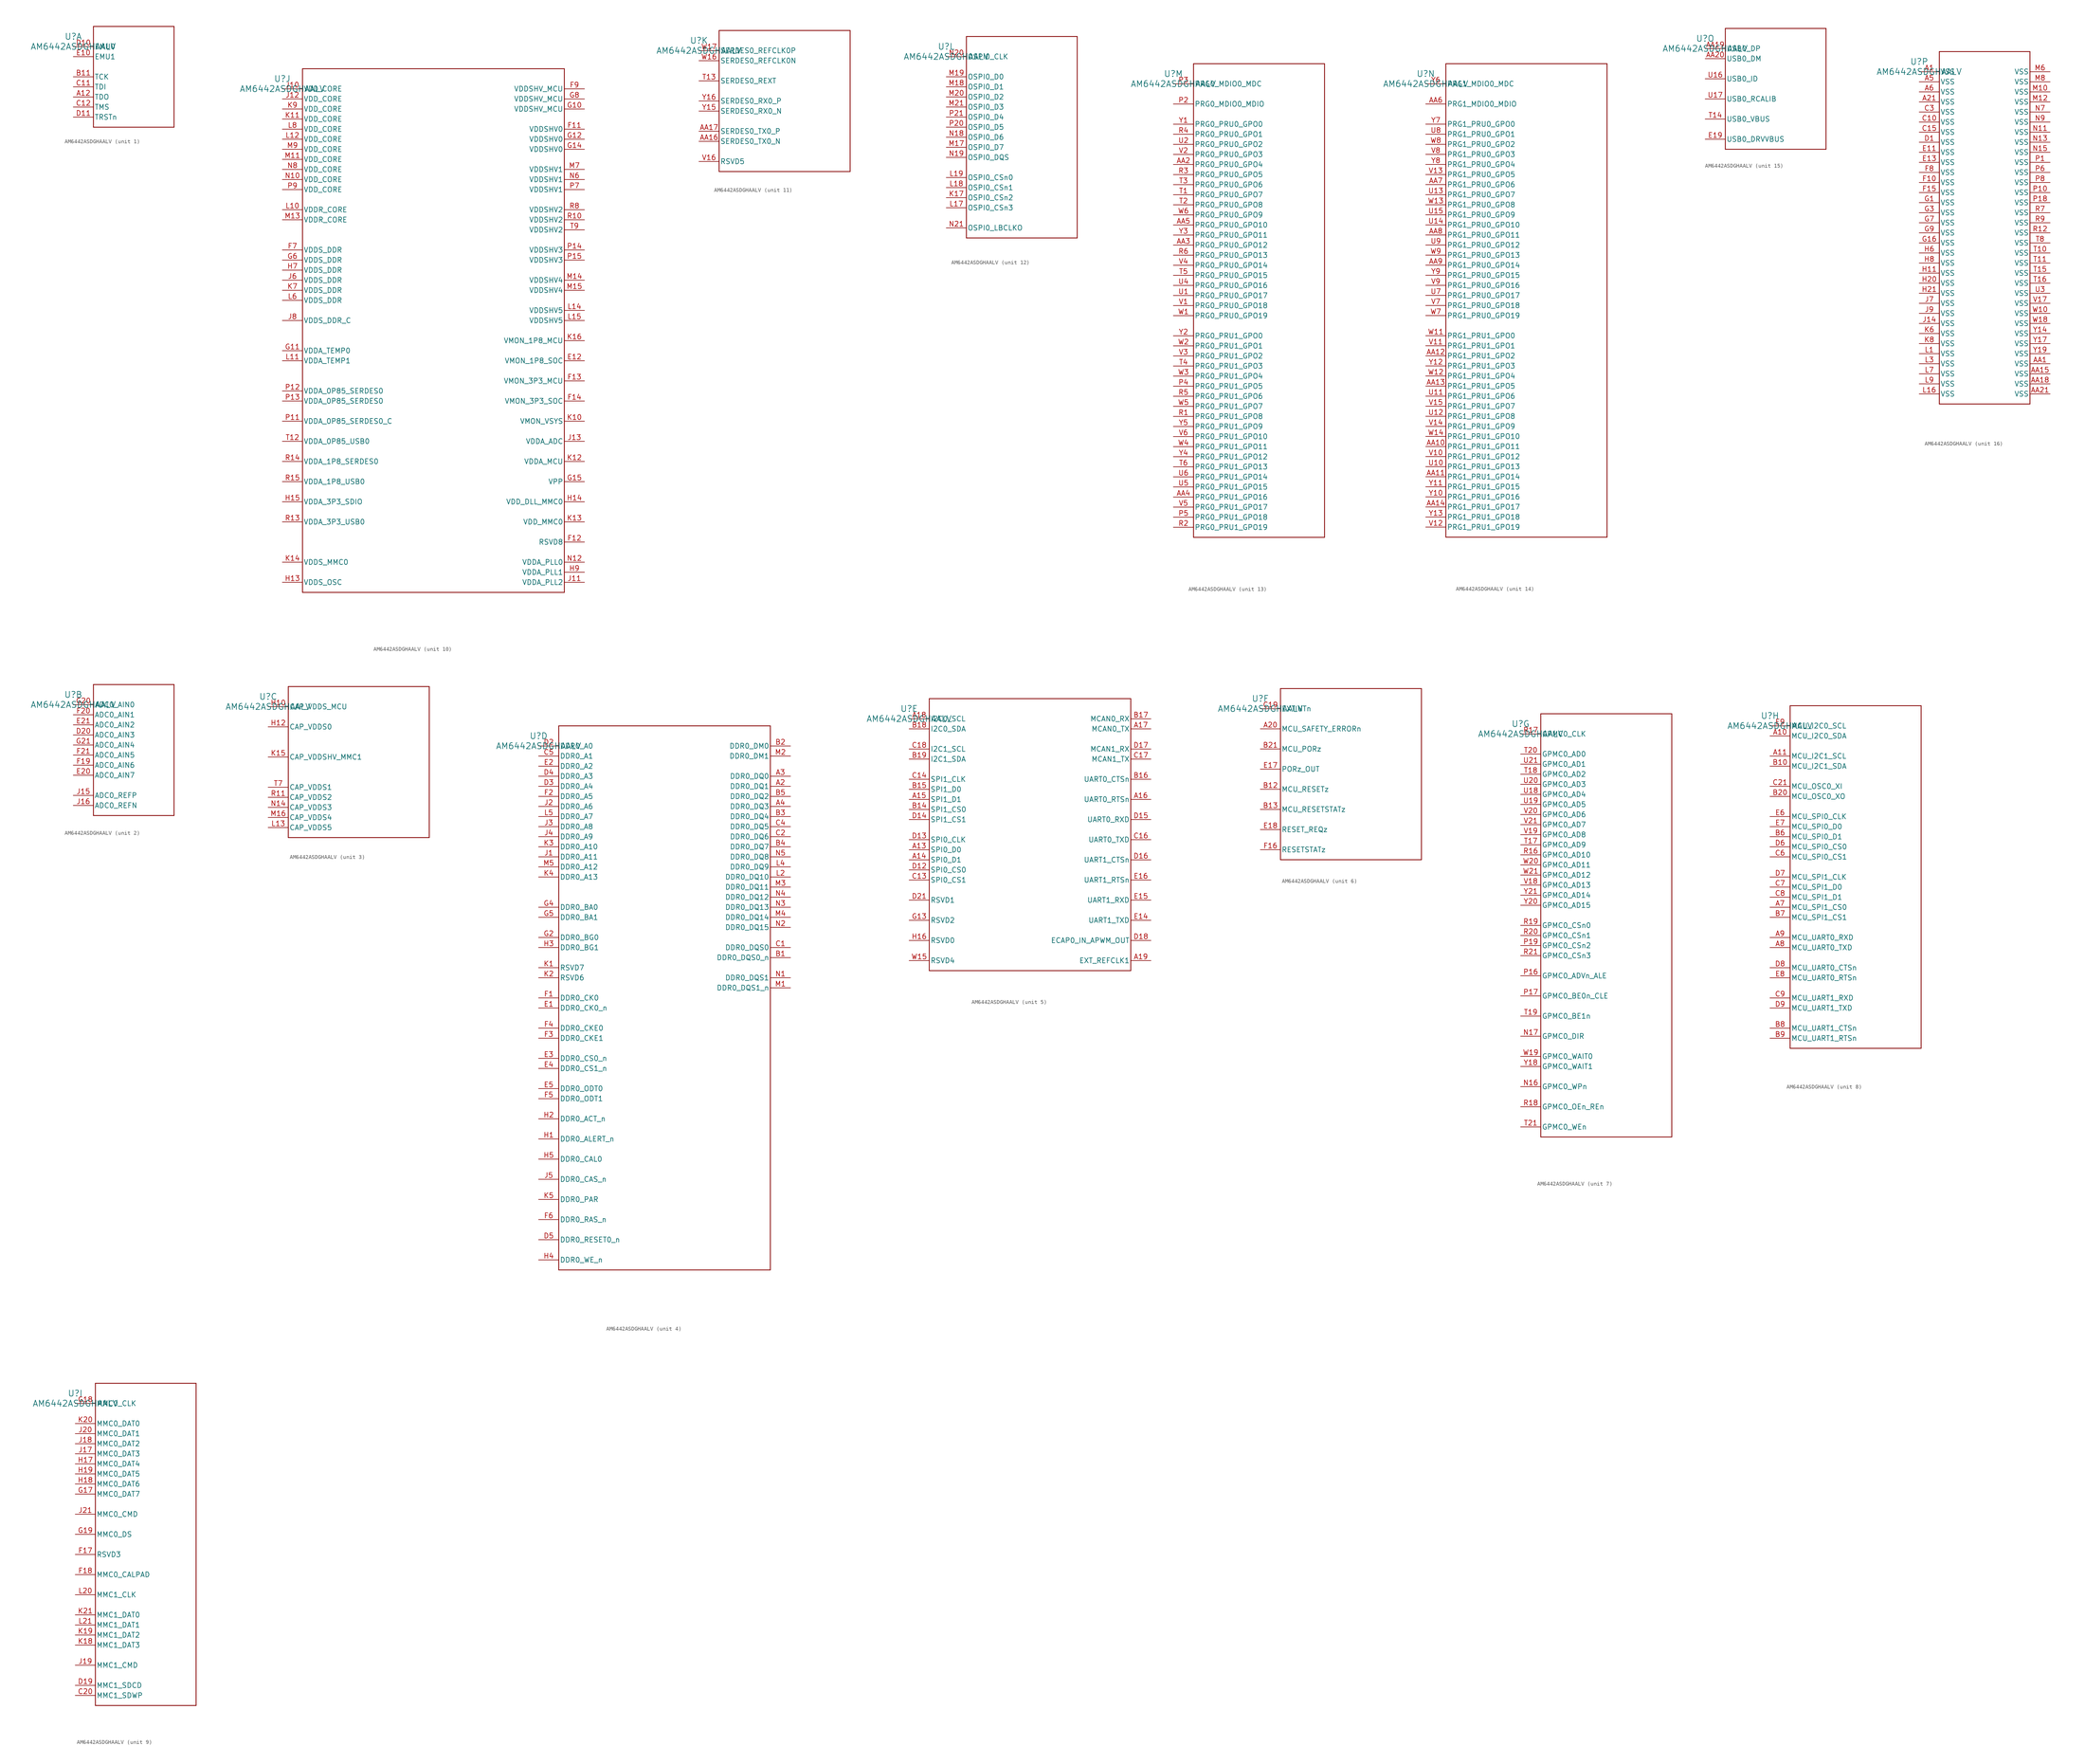
<source format=kicad_sym>
(kicad_symbol_lib
  (version 20211014)
  (generator kicad_symbol_editor)
  (symbol "AM6442ASDGHAALV"
    (pin_names
      (offset 0.254))
    (property "Reference" "U"
      (at 0 2.54 0)
      (effects (font (size 1.524 1.524))))
    (property "Value" "AM6442ASDGHAALV"
      (at 0 0 0)
      (effects (font (size 1.524 1.524))))
    (symbol "AM6442ASDGHAALV_1_1"
      (polyline (pts (xy 5.08 -20.32) (xy 25.4 -20.32)) (stroke (width 0.203) (type default) (color 0 0 0 0)) (fill (type none)))
      (polyline (pts (xy 25.4 -20.32) (xy 25.4 5.08)) (stroke (width 0.203) (type default) (color 0 0 0 0)) (fill (type none)))
      (polyline (pts (xy 25.4 5.08) (xy 5.08 5.08)) (stroke (width 0.203) (type default) (color 0 0 0 0)) (fill (type none)))
      (polyline (pts (xy 5.08 5.08) (xy 5.08 -20.32)) (stroke (width 0.203) (type default) (color 0 0 0 0)) (fill (type none)))
      (pin output line (at 0 -12.7 0) (length 5.08) (name "TDO" (effects (font (size 1.27 1.27)))) (number "A12" (effects (font (size 1.27 1.27)))))
      (pin input line (at 0 -7.62 0) (length 5.08) (name "TCK" (effects (font (size 1.27 1.27)))) (number "B11" (effects (font (size 1.27 1.27)))))
      (pin input line (at 0 -10.16 0) (length 5.08) (name "TDI" (effects (font (size 1.27 1.27)))) (number "C11" (effects (font (size 1.27 1.27)))))
      (pin input line (at 0 -15.24 0) (length 5.08) (name "TMS" (effects (font (size 1.27 1.27)))) (number "C12" (effects (font (size 1.27 1.27)))))
      (pin bidirectional line (at 0 0 0) (length 5.08) (name "EMU0" (effects (font (size 1.27 1.27)))) (number "D10" (effects (font (size 1.27 1.27)))))
      (pin input line (at 0 -17.78 0) (length 5.08) (name "TRSTn" (effects (font (size 1.27 1.27)))) (number "D11" (effects (font (size 1.27 1.27)))))
      (pin bidirectional line (at 0 -2.54 0) (length 5.08) (name "EMU1" (effects (font (size 1.27 1.27)))) (number "E10" (effects (font (size 1.27 1.27))))))
    (symbol "AM6442ASDGHAALV_2_1"
      (polyline (pts (xy 5.08 -27.94) (xy 25.4 -27.94)) (stroke (width 0.203) (type default) (color 0 0 0 0)) (fill (type none)))
      (polyline (pts (xy 25.4 -27.94) (xy 25.4 5.08)) (stroke (width 0.203) (type default) (color 0 0 0 0)) (fill (type none)))
      (polyline (pts (xy 25.4 5.08) (xy 5.08 5.08)) (stroke (width 0.203) (type default) (color 0 0 0 0)) (fill (type none)))
      (polyline (pts (xy 5.08 5.08) (xy 5.08 -27.94)) (stroke (width 0.203) (type default) (color 0 0 0 0)) (fill (type none)))
      (pin unspecified line (at 0 -7.62 0) (length 5.08) (name "ADC0_AIN3" (effects (font (size 1.27 1.27)))) (number "D20" (effects (font (size 1.27 1.27)))))
      (pin unspecified line (at 0 -17.78 0) (length 5.08) (name "ADC0_AIN7" (effects (font (size 1.27 1.27)))) (number "E20" (effects (font (size 1.27 1.27)))))
      (pin unspecified line (at 0 -5.08 0) (length 5.08) (name "ADC0_AIN2" (effects (font (size 1.27 1.27)))) (number "E21" (effects (font (size 1.27 1.27)))))
      (pin unspecified line (at 0 -15.24 0) (length 5.08) (name "ADC0_AIN6" (effects (font (size 1.27 1.27)))) (number "F19" (effects (font (size 1.27 1.27)))))
      (pin unspecified line (at 0 -2.54 0) (length 5.08) (name "ADC0_AIN1" (effects (font (size 1.27 1.27)))) (number "F20" (effects (font (size 1.27 1.27)))))
      (pin unspecified line (at 0 -12.7 0) (length 5.08) (name "ADC0_AIN5" (effects (font (size 1.27 1.27)))) (number "F21" (effects (font (size 1.27 1.27)))))
      (pin unspecified line (at 0 0 0) (length 5.08) (name "ADC0_AIN0" (effects (font (size 1.27 1.27)))) (number "G20" (effects (font (size 1.27 1.27)))))
      (pin unspecified line (at 0 -10.16 0) (length 5.08) (name "ADC0_AIN4" (effects (font (size 1.27 1.27)))) (number "G21" (effects (font (size 1.27 1.27)))))
      (pin unspecified line (at 0 -22.86 0) (length 5.08) (name "ADC0_REFP" (effects (font (size 1.27 1.27)))) (number "J15" (effects (font (size 1.27 1.27)))))
      (pin unspecified line (at 0 -25.4 0) (length 5.08) (name "ADC0_REFN" (effects (font (size 1.27 1.27)))) (number "J16" (effects (font (size 1.27 1.27))))))
    (symbol "AM6442ASDGHAALV_3_1"
      (polyline (pts (xy 5.08 -33.02) (xy 40.64 -33.02)) (stroke (width 0.203) (type default) (color 0 0 0 0)) (fill (type none)))
      (polyline (pts (xy 40.64 -33.02) (xy 40.64 5.08)) (stroke (width 0.203) (type default) (color 0 0 0 0)) (fill (type none)))
      (polyline (pts (xy 40.64 5.08) (xy 5.08 5.08)) (stroke (width 0.203) (type default) (color 0 0 0 0)) (fill (type none)))
      (polyline (pts (xy 5.08 5.08) (xy 5.08 -33.02)) (stroke (width 0.203) (type default) (color 0 0 0 0)) (fill (type none)))
      (pin unspecified line (at 0 0 0) (length 5.08) (name "CAP_VDDS_MCU" (effects (font (size 1.27 1.27)))) (number "H10" (effects (font (size 1.27 1.27)))))
      (pin unspecified line (at 0 -5.08 0) (length 5.08) (name "CAP_VDDS0" (effects (font (size 1.27 1.27)))) (number "H12" (effects (font (size 1.27 1.27)))))
      (pin unspecified line (at 0 -12.7 0) (length 5.08) (name "CAP_VDDSHV_MMC1" (effects (font (size 1.27 1.27)))) (number "K15" (effects (font (size 1.27 1.27)))))
      (pin unspecified line (at 0 -30.48 0) (length 5.08) (name "CAP_VDDS5" (effects (font (size 1.27 1.27)))) (number "L13" (effects (font (size 1.27 1.27)))))
      (pin unspecified line (at 0 -27.94 0) (length 5.08) (name "CAP_VDDS4" (effects (font (size 1.27 1.27)))) (number "M16" (effects (font (size 1.27 1.27)))))
      (pin unspecified line (at 0 -25.4 0) (length 5.08) (name "CAP_VDDS3" (effects (font (size 1.27 1.27)))) (number "N14" (effects (font (size 1.27 1.27)))))
      (pin unspecified line (at 0 -22.86 0) (length 5.08) (name "CAP_VDDS2" (effects (font (size 1.27 1.27)))) (number "R11" (effects (font (size 1.27 1.27)))))
      (pin unspecified line (at 0 -20.32 0) (length 5.08) (name "CAP_VDDS1" (effects (font (size 1.27 1.27)))) (number "T7" (effects (font (size 1.27 1.27))))))
    (symbol "AM6442ASDGHAALV_4_1"
      (polyline (pts (xy 5.08 -132.08) (xy 58.42 -132.08)) (stroke (width 0.203) (type default) (color 0 0 0 0)) (fill (type none)))
      (polyline (pts (xy 58.42 -132.08) (xy 58.42 5.08)) (stroke (width 0.203) (type default) (color 0 0 0 0)) (fill (type none)))
      (polyline (pts (xy 58.42 5.08) (xy 5.08 5.08)) (stroke (width 0.203) (type default) (color 0 0 0 0)) (fill (type none)))
      (polyline (pts (xy 5.08 5.08) (xy 5.08 -132.08)) (stroke (width 0.203) (type default) (color 0 0 0 0)) (fill (type none)))
      (pin bidirectional line (at 63.5 -10.16 180) (length 5.08) (name "DDR0_DQ1" (effects (font (size 1.27 1.27)))) (number "A2" (effects (font (size 1.27 1.27)))))
      (pin bidirectional line (at 63.5 -7.62 180) (length 5.08) (name "DDR0_DQ0" (effects (font (size 1.27 1.27)))) (number "A3" (effects (font (size 1.27 1.27)))))
      (pin bidirectional line (at 63.5 -15.24 180) (length 5.08) (name "DDR0_DQ3" (effects (font (size 1.27 1.27)))) (number "A4" (effects (font (size 1.27 1.27)))))
      (pin bidirectional line (at 63.5 -53.34 180) (length 5.08) (name "DDR0_DQS0_n" (effects (font (size 1.27 1.27)))) (number "B1" (effects (font (size 1.27 1.27)))))
      (pin bidirectional line (at 63.5 0 180) (length 5.08) (name "DDR0_DM0" (effects (font (size 1.27 1.27)))) (number "B2" (effects (font (size 1.27 1.27)))))
      (pin bidirectional line (at 63.5 -17.78 180) (length 5.08) (name "DDR0_DQ4" (effects (font (size 1.27 1.27)))) (number "B3" (effects (font (size 1.27 1.27)))))
      (pin bidirectional line (at 63.5 -25.4 180) (length 5.08) (name "DDR0_DQ7" (effects (font (size 1.27 1.27)))) (number "B4" (effects (font (size 1.27 1.27)))))
      (pin bidirectional line (at 63.5 -12.7 180) (length 5.08) (name "DDR0_DQ2" (effects (font (size 1.27 1.27)))) (number "B5" (effects (font (size 1.27 1.27)))))
      (pin bidirectional line (at 63.5 -50.8 180) (length 5.08) (name "DDR0_DQS0" (effects (font (size 1.27 1.27)))) (number "C1" (effects (font (size 1.27 1.27)))))
      (pin bidirectional line (at 63.5 -22.86 180) (length 5.08) (name "DDR0_DQ6" (effects (font (size 1.27 1.27)))) (number "C2" (effects (font (size 1.27 1.27)))))
      (pin bidirectional line (at 63.5 -20.32 180) (length 5.08) (name "DDR0_DQ5" (effects (font (size 1.27 1.27)))) (number "C4" (effects (font (size 1.27 1.27)))))
      (pin output line (at 0 -2.54 0) (length 5.08) (name "DDR0_A1" (effects (font (size 1.27 1.27)))) (number "C5" (effects (font (size 1.27 1.27)))))
      (pin output line (at 0 0 0) (length 5.08) (name "DDR0_A0" (effects (font (size 1.27 1.27)))) (number "D2" (effects (font (size 1.27 1.27)))))
      (pin output line (at 0 -10.16 0) (length 5.08) (name "DDR0_A4" (effects (font (size 1.27 1.27)))) (number "D3" (effects (font (size 1.27 1.27)))))
      (pin output line (at 0 -7.62 0) (length 5.08) (name "DDR0_A3" (effects (font (size 1.27 1.27)))) (number "D4" (effects (font (size 1.27 1.27)))))
      (pin output line (at 0 -124.46 0) (length 5.08) (name "DDR0_RESET0_n" (effects (font (size 1.27 1.27)))) (number "D5" (effects (font (size 1.27 1.27)))))
      (pin output line (at 0 -66.04 0) (length 5.08) (name "DDR0_CK0_n" (effects (font (size 1.27 1.27)))) (number "E1" (effects (font (size 1.27 1.27)))))
      (pin output line (at 0 -5.08 0) (length 5.08) (name "DDR0_A2" (effects (font (size 1.27 1.27)))) (number "E2" (effects (font (size 1.27 1.27)))))
      (pin output line (at 0 -78.74 0) (length 5.08) (name "DDR0_CS0_n" (effects (font (size 1.27 1.27)))) (number "E3" (effects (font (size 1.27 1.27)))))
      (pin output line (at 0 -81.28 0) (length 5.08) (name "DDR0_CS1_n" (effects (font (size 1.27 1.27)))) (number "E4" (effects (font (size 1.27 1.27)))))
      (pin output line (at 0 -86.36 0) (length 5.08) (name "DDR0_ODT0" (effects (font (size 1.27 1.27)))) (number "E5" (effects (font (size 1.27 1.27)))))
      (pin output line (at 0 -63.5 0) (length 5.08) (name "DDR0_CK0" (effects (font (size 1.27 1.27)))) (number "F1" (effects (font (size 1.27 1.27)))))
      (pin output line (at 0 -12.7 0) (length 5.08) (name "DDR0_A5" (effects (font (size 1.27 1.27)))) (number "F2" (effects (font (size 1.27 1.27)))))
      (pin output line (at 0 -73.66 0) (length 5.08) (name "DDR0_CKE1" (effects (font (size 1.27 1.27)))) (number "F3" (effects (font (size 1.27 1.27)))))
      (pin output line (at 0 -71.12 0) (length 5.08) (name "DDR0_CKE0" (effects (font (size 1.27 1.27)))) (number "F4" (effects (font (size 1.27 1.27)))))
      (pin output line (at 0 -88.9 0) (length 5.08) (name "DDR0_ODT1" (effects (font (size 1.27 1.27)))) (number "F5" (effects (font (size 1.27 1.27)))))
      (pin output line (at 0 -119.38 0) (length 5.08) (name "DDR0_RAS_n" (effects (font (size 1.27 1.27)))) (number "F6" (effects (font (size 1.27 1.27)))))
      (pin output line (at 0 -48.26 0) (length 5.08) (name "DDR0_BG0" (effects (font (size 1.27 1.27)))) (number "G2" (effects (font (size 1.27 1.27)))))
      (pin output line (at 0 -40.64 0) (length 5.08) (name "DDR0_BA0" (effects (font (size 1.27 1.27)))) (number "G4" (effects (font (size 1.27 1.27)))))
      (pin output line (at 0 -43.18 0) (length 5.08) (name "DDR0_BA1" (effects (font (size 1.27 1.27)))) (number "G5" (effects (font (size 1.27 1.27)))))
      (pin bidirectional line (at 0 -99.06 0) (length 5.08) (name "DDR0_ALERT_n" (effects (font (size 1.27 1.27)))) (number "H1" (effects (font (size 1.27 1.27)))))
      (pin output line (at 0 -93.98 0) (length 5.08) (name "DDR0_ACT_n" (effects (font (size 1.27 1.27)))) (number "H2" (effects (font (size 1.27 1.27)))))
      (pin output line (at 0 -50.8 0) (length 5.08) (name "DDR0_BG1" (effects (font (size 1.27 1.27)))) (number "H3" (effects (font (size 1.27 1.27)))))
      (pin output line (at 0 -129.54 0) (length 5.08) (name "DDR0_WE_n" (effects (font (size 1.27 1.27)))) (number "H4" (effects (font (size 1.27 1.27)))))
      (pin output line (at 0 -104.14 0) (length 5.08) (name "DDR0_CAL0" (effects (font (size 1.27 1.27)))) (number "H5" (effects (font (size 1.27 1.27)))))
      (pin output line (at 0 -27.94 0) (length 5.08) (name "DDR0_A11" (effects (font (size 1.27 1.27)))) (number "J1" (effects (font (size 1.27 1.27)))))
      (pin output line (at 0 -15.24 0) (length 5.08) (name "DDR0_A6" (effects (font (size 1.27 1.27)))) (number "J2" (effects (font (size 1.27 1.27)))))
      (pin output line (at 0 -20.32 0) (length 5.08) (name "DDR0_A8" (effects (font (size 1.27 1.27)))) (number "J3" (effects (font (size 1.27 1.27)))))
      (pin output line (at 0 -22.86 0) (length 5.08) (name "DDR0_A9" (effects (font (size 1.27 1.27)))) (number "J4" (effects (font (size 1.27 1.27)))))
      (pin output line (at 0 -109.22 0) (length 5.08) (name "DDR0_CAS_n" (effects (font (size 1.27 1.27)))) (number "J5" (effects (font (size 1.27 1.27)))))
      (pin unspecified line (at 0 -55.88 0) (length 5.08) (name "RSVD7" (effects (font (size 1.27 1.27)))) (number "K1" (effects (font (size 1.27 1.27)))))
      (pin unspecified line (at 0 -58.42 0) (length 5.08) (name "RSVD6" (effects (font (size 1.27 1.27)))) (number "K2" (effects (font (size 1.27 1.27)))))
      (pin output line (at 0 -25.4 0) (length 5.08) (name "DDR0_A10" (effects (font (size 1.27 1.27)))) (number "K3" (effects (font (size 1.27 1.27)))))
      (pin output line (at 0 -33.02 0) (length 5.08) (name "DDR0_A13" (effects (font (size 1.27 1.27)))) (number "K4" (effects (font (size 1.27 1.27)))))
      (pin output line (at 0 -114.3 0) (length 5.08) (name "DDR0_PAR" (effects (font (size 1.27 1.27)))) (number "K5" (effects (font (size 1.27 1.27)))))
      (pin bidirectional line (at 63.5 -33.02 180) (length 5.08) (name "DDR0_DQ10" (effects (font (size 1.27 1.27)))) (number "L2" (effects (font (size 1.27 1.27)))))
      (pin bidirectional line (at 63.5 -30.48 180) (length 5.08) (name "DDR0_DQ9" (effects (font (size 1.27 1.27)))) (number "L4" (effects (font (size 1.27 1.27)))))
      (pin output line (at 0 -17.78 0) (length 5.08) (name "DDR0_A7" (effects (font (size 1.27 1.27)))) (number "L5" (effects (font (size 1.27 1.27)))))
      (pin bidirectional line (at 63.5 -60.96 180) (length 5.08) (name "DDR0_DQS1_n" (effects (font (size 1.27 1.27)))) (number "M1" (effects (font (size 1.27 1.27)))))
      (pin bidirectional line (at 63.5 -2.54 180) (length 5.08) (name "DDR0_DM1" (effects (font (size 1.27 1.27)))) (number "M2" (effects (font (size 1.27 1.27)))))
      (pin bidirectional line (at 63.5 -35.56 180) (length 5.08) (name "DDR0_DQ11" (effects (font (size 1.27 1.27)))) (number "M3" (effects (font (size 1.27 1.27)))))
      (pin bidirectional line (at 63.5 -43.18 180) (length 5.08) (name "DDR0_DQ14" (effects (font (size 1.27 1.27)))) (number "M4" (effects (font (size 1.27 1.27)))))
      (pin output line (at 0 -30.48 0) (length 5.08) (name "DDR0_A12" (effects (font (size 1.27 1.27)))) (number "M5" (effects (font (size 1.27 1.27)))))
      (pin bidirectional line (at 63.5 -58.42 180) (length 5.08) (name "DDR0_DQS1" (effects (font (size 1.27 1.27)))) (number "N1" (effects (font (size 1.27 1.27)))))
      (pin bidirectional line (at 63.5 -45.72 180) (length 5.08) (name "DDR0_DQ15" (effects (font (size 1.27 1.27)))) (number "N2" (effects (font (size 1.27 1.27)))))
      (pin bidirectional line (at 63.5 -40.64 180) (length 5.08) (name "DDR0_DQ13" (effects (font (size 1.27 1.27)))) (number "N3" (effects (font (size 1.27 1.27)))))
      (pin bidirectional line (at 63.5 -38.1 180) (length 5.08) (name "DDR0_DQ12" (effects (font (size 1.27 1.27)))) (number "N4" (effects (font (size 1.27 1.27)))))
      (pin bidirectional line (at 63.5 -27.94 180) (length 5.08) (name "DDR0_DQ8" (effects (font (size 1.27 1.27)))) (number "N5" (effects (font (size 1.27 1.27))))))
    (symbol "AM6442ASDGHAALV_5_1"
      (polyline (pts (xy 5.08 -63.5) (xy 55.88 -63.5)) (stroke (width 0.203) (type default) (color 0 0 0 0)) (fill (type none)))
      (polyline (pts (xy 55.88 -63.5) (xy 55.88 5.08)) (stroke (width 0.203) (type default) (color 0 0 0 0)) (fill (type none)))
      (polyline (pts (xy 55.88 5.08) (xy 5.08 5.08)) (stroke (width 0.203) (type default) (color 0 0 0 0)) (fill (type none)))
      (polyline (pts (xy 5.08 5.08) (xy 5.08 -63.5)) (stroke (width 0.203) (type default) (color 0 0 0 0)) (fill (type none)))
      (pin bidirectional line (at 0 -33.02 0) (length 5.08) (name "SPI0_D0" (effects (font (size 1.27 1.27)))) (number "A13" (effects (font (size 1.27 1.27)))))
      (pin bidirectional line (at 0 -35.56 0) (length 5.08) (name "SPI0_D1" (effects (font (size 1.27 1.27)))) (number "A14" (effects (font (size 1.27 1.27)))))
      (pin bidirectional line (at 0 -20.32 0) (length 5.08) (name "SPI1_D1" (effects (font (size 1.27 1.27)))) (number "A15" (effects (font (size 1.27 1.27)))))
      (pin bidirectional line (at 60.96 -20.32 180) (length 5.08) (name "UART0_RTSn" (effects (font (size 1.27 1.27)))) (number "A16" (effects (font (size 1.27 1.27)))))
      (pin bidirectional line (at 60.96 -2.54 180) (length 5.08) (name "MCAN0_TX" (effects (font (size 1.27 1.27)))) (number "A17" (effects (font (size 1.27 1.27)))))
      (pin bidirectional line (at 0 0 0) (length 5.08) (name "I2C0_SCL" (effects (font (size 1.27 1.27)))) (number "A18" (effects (font (size 1.27 1.27)))))
      (pin bidirectional line (at 60.96 -60.96 180) (length 5.08) (name "EXT_REFCLK1" (effects (font (size 1.27 1.27)))) (number "A19" (effects (font (size 1.27 1.27)))))
      (pin bidirectional line (at 0 -22.86 0) (length 5.08) (name "SPI1_CS0" (effects (font (size 1.27 1.27)))) (number "B14" (effects (font (size 1.27 1.27)))))
      (pin bidirectional line (at 0 -17.78 0) (length 5.08) (name "SPI1_D0" (effects (font (size 1.27 1.27)))) (number "B15" (effects (font (size 1.27 1.27)))))
      (pin bidirectional line (at 60.96 -15.24 180) (length 5.08) (name "UART0_CTSn" (effects (font (size 1.27 1.27)))) (number "B16" (effects (font (size 1.27 1.27)))))
      (pin bidirectional line (at 60.96 0 180) (length 5.08) (name "MCAN0_RX" (effects (font (size 1.27 1.27)))) (number "B17" (effects (font (size 1.27 1.27)))))
      (pin bidirectional line (at 0 -2.54 0) (length 5.08) (name "I2C0_SDA" (effects (font (size 1.27 1.27)))) (number "B18" (effects (font (size 1.27 1.27)))))
      (pin bidirectional line (at 0 -10.16 0) (length 5.08) (name "I2C1_SDA" (effects (font (size 1.27 1.27)))) (number "B19" (effects (font (size 1.27 1.27)))))
      (pin bidirectional line (at 0 -40.64 0) (length 5.08) (name "SPI0_CS1" (effects (font (size 1.27 1.27)))) (number "C13" (effects (font (size 1.27 1.27)))))
      (pin bidirectional line (at 0 -15.24 0) (length 5.08) (name "SPI1_CLK" (effects (font (size 1.27 1.27)))) (number "C14" (effects (font (size 1.27 1.27)))))
      (pin bidirectional line (at 60.96 -30.48 180) (length 5.08) (name "UART0_TXD" (effects (font (size 1.27 1.27)))) (number "C16" (effects (font (size 1.27 1.27)))))
      (pin bidirectional line (at 60.96 -10.16 180) (length 5.08) (name "MCAN1_TX" (effects (font (size 1.27 1.27)))) (number "C17" (effects (font (size 1.27 1.27)))))
      (pin bidirectional line (at 0 -7.62 0) (length 5.08) (name "I2C1_SCL" (effects (font (size 1.27 1.27)))) (number "C18" (effects (font (size 1.27 1.27)))))
      (pin bidirectional line (at 0 -38.1 0) (length 5.08) (name "SPI0_CS0" (effects (font (size 1.27 1.27)))) (number "D12" (effects (font (size 1.27 1.27)))))
      (pin bidirectional line (at 0 -30.48 0) (length 5.08) (name "SPI0_CLK" (effects (font (size 1.27 1.27)))) (number "D13" (effects (font (size 1.27 1.27)))))
      (pin bidirectional line (at 0 -25.4 0) (length 5.08) (name "SPI1_CS1" (effects (font (size 1.27 1.27)))) (number "D14" (effects (font (size 1.27 1.27)))))
      (pin bidirectional line (at 60.96 -25.4 180) (length 5.08) (name "UART0_RXD" (effects (font (size 1.27 1.27)))) (number "D15" (effects (font (size 1.27 1.27)))))
      (pin bidirectional line (at 60.96 -35.56 180) (length 5.08) (name "UART1_CTSn" (effects (font (size 1.27 1.27)))) (number "D16" (effects (font (size 1.27 1.27)))))
      (pin bidirectional line (at 60.96 -7.62 180) (length 5.08) (name "MCAN1_RX" (effects (font (size 1.27 1.27)))) (number "D17" (effects (font (size 1.27 1.27)))))
      (pin bidirectional line (at 60.96 -55.88 180) (length 5.08) (name "ECAP0_IN_APWM_OUT" (effects (font (size 1.27 1.27)))) (number "D18" (effects (font (size 1.27 1.27)))))
      (pin unspecified line (at 0 -45.72 0) (length 5.08) (name "RSVD1" (effects (font (size 1.27 1.27)))) (number "D21" (effects (font (size 1.27 1.27)))))
      (pin bidirectional line (at 60.96 -50.8 180) (length 5.08) (name "UART1_TXD" (effects (font (size 1.27 1.27)))) (number "E14" (effects (font (size 1.27 1.27)))))
      (pin bidirectional line (at 60.96 -45.72 180) (length 5.08) (name "UART1_RXD" (effects (font (size 1.27 1.27)))) (number "E15" (effects (font (size 1.27 1.27)))))
      (pin bidirectional line (at 60.96 -40.64 180) (length 5.08) (name "UART1_RTSn" (effects (font (size 1.27 1.27)))) (number "E16" (effects (font (size 1.27 1.27)))))
      (pin unspecified line (at 0 -50.8 0) (length 5.08) (name "RSVD2" (effects (font (size 1.27 1.27)))) (number "G13" (effects (font (size 1.27 1.27)))))
      (pin unspecified line (at 0 -55.88 0) (length 5.08) (name "RSVD0" (effects (font (size 1.27 1.27)))) (number "H16" (effects (font (size 1.27 1.27)))))
      (pin unspecified line (at 0 -60.96 0) (length 5.08) (name "RSVD4" (effects (font (size 1.27 1.27)))) (number "W15" (effects (font (size 1.27 1.27))))))
    (symbol "AM6442ASDGHAALV_6_1"
      (polyline (pts (xy 5.08 -38.1) (xy 40.64 -38.1)) (stroke (width 0.203) (type default) (color 0 0 0 0)) (fill (type none)))
      (polyline (pts (xy 40.64 -38.1) (xy 40.64 5.08)) (stroke (width 0.203) (type default) (color 0 0 0 0)) (fill (type none)))
      (polyline (pts (xy 40.64 5.08) (xy 5.08 5.08)) (stroke (width 0.203) (type default) (color 0 0 0 0)) (fill (type none)))
      (polyline (pts (xy 5.08 5.08) (xy 5.08 -38.1)) (stroke (width 0.203) (type default) (color 0 0 0 0)) (fill (type none)))
      (pin bidirectional line (at 0 -5.08 0) (length 5.08) (name "MCU_SAFETY_ERRORn" (effects (font (size 1.27 1.27)))) (number "A20" (effects (font (size 1.27 1.27)))))
      (pin input line (at 0 -20.32 0) (length 5.08) (name "MCU_RESETz" (effects (font (size 1.27 1.27)))) (number "B12" (effects (font (size 1.27 1.27)))))
      (pin output line (at 0 -25.4 0) (length 5.08) (name "MCU_RESETSTATz" (effects (font (size 1.27 1.27)))) (number "B13" (effects (font (size 1.27 1.27)))))
      (pin input line (at 0 -10.16 0) (length 5.08) (name "MCU_PORz" (effects (font (size 1.27 1.27)))) (number "B21" (effects (font (size 1.27 1.27)))))
      (pin bidirectional line (at 0 0 0) (length 5.08) (name "EXTINTn" (effects (font (size 1.27 1.27)))) (number "C19" (effects (font (size 1.27 1.27)))))
      (pin output line (at 0 -15.24 0) (length 5.08) (name "PORz_OUT" (effects (font (size 1.27 1.27)))) (number "E17" (effects (font (size 1.27 1.27)))))
      (pin input line (at 0 -30.48 0) (length 5.08) (name "RESET_REQz" (effects (font (size 1.27 1.27)))) (number "E18" (effects (font (size 1.27 1.27)))))
      (pin output line (at 0 -35.56 0) (length 5.08) (name "RESETSTATz" (effects (font (size 1.27 1.27)))) (number "F16" (effects (font (size 1.27 1.27))))))
    (symbol "AM6442ASDGHAALV_7_1"
      (polyline (pts (xy 5.08 -101.6) (xy 38.1 -101.6)) (stroke (width 0.203) (type default) (color 0 0 0 0)) (fill (type none)))
      (polyline (pts (xy 38.1 -101.6) (xy 38.1 5.08)) (stroke (width 0.203) (type default) (color 0 0 0 0)) (fill (type none)))
      (polyline (pts (xy 38.1 5.08) (xy 5.08 5.08)) (stroke (width 0.203) (type default) (color 0 0 0 0)) (fill (type none)))
      (polyline (pts (xy 5.08 5.08) (xy 5.08 -101.6)) (stroke (width 0.203) (type default) (color 0 0 0 0)) (fill (type none)))
      (pin bidirectional line (at 0 -88.9 0) (length 5.08) (name "GPMC0_WPn" (effects (font (size 1.27 1.27)))) (number "N16" (effects (font (size 1.27 1.27)))))
      (pin bidirectional line (at 0 -76.2 0) (length 5.08) (name "GPMC0_DIR" (effects (font (size 1.27 1.27)))) (number "N17" (effects (font (size 1.27 1.27)))))
      (pin bidirectional line (at 0 -60.96 0) (length 5.08) (name "GPMC0_ADVn_ALE" (effects (font (size 1.27 1.27)))) (number "P16" (effects (font (size 1.27 1.27)))))
      (pin bidirectional line (at 0 -66.04 0) (length 5.08) (name "GPMC0_BE0n_CLE" (effects (font (size 1.27 1.27)))) (number "P17" (effects (font (size 1.27 1.27)))))
      (pin bidirectional line (at 0 -53.34 0) (length 5.08) (name "GPMC0_CSn2" (effects (font (size 1.27 1.27)))) (number "P19" (effects (font (size 1.27 1.27)))))
      (pin bidirectional line (at 0 -30.48 0) (length 5.08) (name "GPMC0_AD10" (effects (font (size 1.27 1.27)))) (number "R16" (effects (font (size 1.27 1.27)))))
      (pin bidirectional line (at 0 0 0) (length 5.08) (name "GPMC0_CLK" (effects (font (size 1.27 1.27)))) (number "R17" (effects (font (size 1.27 1.27)))))
      (pin bidirectional line (at 0 -93.98 0) (length 5.08) (name "GPMC0_OEn_REn" (effects (font (size 1.27 1.27)))) (number "R18" (effects (font (size 1.27 1.27)))))
      (pin bidirectional line (at 0 -48.26 0) (length 5.08) (name "GPMC0_CSn0" (effects (font (size 1.27 1.27)))) (number "R19" (effects (font (size 1.27 1.27)))))
      (pin bidirectional line (at 0 -50.8 0) (length 5.08) (name "GPMC0_CSn1" (effects (font (size 1.27 1.27)))) (number "R20" (effects (font (size 1.27 1.27)))))
      (pin bidirectional line (at 0 -55.88 0) (length 5.08) (name "GPMC0_CSn3" (effects (font (size 1.27 1.27)))) (number "R21" (effects (font (size 1.27 1.27)))))
      (pin bidirectional line (at 0 -27.94 0) (length 5.08) (name "GPMC0_AD9" (effects (font (size 1.27 1.27)))) (number "T17" (effects (font (size 1.27 1.27)))))
      (pin bidirectional line (at 0 -10.16 0) (length 5.08) (name "GPMC0_AD2" (effects (font (size 1.27 1.27)))) (number "T18" (effects (font (size 1.27 1.27)))))
      (pin bidirectional line (at 0 -71.12 0) (length 5.08) (name "GPMC0_BE1n" (effects (font (size 1.27 1.27)))) (number "T19" (effects (font (size 1.27 1.27)))))
      (pin bidirectional line (at 0 -5.08 0) (length 5.08) (name "GPMC0_AD0" (effects (font (size 1.27 1.27)))) (number "T20" (effects (font (size 1.27 1.27)))))
      (pin bidirectional line (at 0 -99.06 0) (length 5.08) (name "GPMC0_WEn" (effects (font (size 1.27 1.27)))) (number "T21" (effects (font (size 1.27 1.27)))))
      (pin bidirectional line (at 0 -15.24 0) (length 5.08) (name "GPMC0_AD4" (effects (font (size 1.27 1.27)))) (number "U18" (effects (font (size 1.27 1.27)))))
      (pin bidirectional line (at 0 -17.78 0) (length 5.08) (name "GPMC0_AD5" (effects (font (size 1.27 1.27)))) (number "U19" (effects (font (size 1.27 1.27)))))
      (pin bidirectional line (at 0 -12.7 0) (length 5.08) (name "GPMC0_AD3" (effects (font (size 1.27 1.27)))) (number "U20" (effects (font (size 1.27 1.27)))))
      (pin bidirectional line (at 0 -7.62 0) (length 5.08) (name "GPMC0_AD1" (effects (font (size 1.27 1.27)))) (number "U21" (effects (font (size 1.27 1.27)))))
      (pin bidirectional line (at 0 -38.1 0) (length 5.08) (name "GPMC0_AD13" (effects (font (size 1.27 1.27)))) (number "V18" (effects (font (size 1.27 1.27)))))
      (pin bidirectional line (at 0 -25.4 0) (length 5.08) (name "GPMC0_AD8" (effects (font (size 1.27 1.27)))) (number "V19" (effects (font (size 1.27 1.27)))))
      (pin bidirectional line (at 0 -20.32 0) (length 5.08) (name "GPMC0_AD6" (effects (font (size 1.27 1.27)))) (number "V20" (effects (font (size 1.27 1.27)))))
      (pin bidirectional line (at 0 -22.86 0) (length 5.08) (name "GPMC0_AD7" (effects (font (size 1.27 1.27)))) (number "V21" (effects (font (size 1.27 1.27)))))
      (pin bidirectional line (at 0 -81.28 0) (length 5.08) (name "GPMC0_WAIT0" (effects (font (size 1.27 1.27)))) (number "W19" (effects (font (size 1.27 1.27)))))
      (pin bidirectional line (at 0 -33.02 0) (length 5.08) (name "GPMC0_AD11" (effects (font (size 1.27 1.27)))) (number "W20" (effects (font (size 1.27 1.27)))))
      (pin bidirectional line (at 0 -35.56 0) (length 5.08) (name "GPMC0_AD12" (effects (font (size 1.27 1.27)))) (number "W21" (effects (font (size 1.27 1.27)))))
      (pin bidirectional line (at 0 -83.82 0) (length 5.08) (name "GPMC0_WAIT1" (effects (font (size 1.27 1.27)))) (number "Y18" (effects (font (size 1.27 1.27)))))
      (pin bidirectional line (at 0 -43.18 0) (length 5.08) (name "GPMC0_AD15" (effects (font (size 1.27 1.27)))) (number "Y20" (effects (font (size 1.27 1.27)))))
      (pin bidirectional line (at 0 -40.64 0) (length 5.08) (name "GPMC0_AD14" (effects (font (size 1.27 1.27)))) (number "Y21" (effects (font (size 1.27 1.27))))))
    (symbol "AM6442ASDGHAALV_8_1"
      (polyline (pts (xy 5.08 -81.28) (xy 38.1 -81.28)) (stroke (width 0.203) (type default) (color 0 0 0 0)) (fill (type none)))
      (polyline (pts (xy 38.1 -81.28) (xy 38.1 5.08)) (stroke (width 0.203) (type default) (color 0 0 0 0)) (fill (type none)))
      (polyline (pts (xy 38.1 5.08) (xy 5.08 5.08)) (stroke (width 0.203) (type default) (color 0 0 0 0)) (fill (type none)))
      (polyline (pts (xy 5.08 5.08) (xy 5.08 -81.28)) (stroke (width 0.203) (type default) (color 0 0 0 0)) (fill (type none)))
      (pin bidirectional line (at 0 -45.72 0) (length 5.08) (name "MCU_SPI1_CS0" (effects (font (size 1.27 1.27)))) (number "A7" (effects (font (size 1.27 1.27)))))
      (pin bidirectional line (at 0 -55.88 0) (length 5.08) (name "MCU_UART0_TXD" (effects (font (size 1.27 1.27)))) (number "A8" (effects (font (size 1.27 1.27)))))
      (pin bidirectional line (at 0 -53.34 0) (length 5.08) (name "MCU_UART0_RXD" (effects (font (size 1.27 1.27)))) (number "A9" (effects (font (size 1.27 1.27)))))
      (pin bidirectional line (at 0 -2.54 0) (length 5.08) (name "MCU_I2C0_SDA" (effects (font (size 1.27 1.27)))) (number "A10" (effects (font (size 1.27 1.27)))))
      (pin bidirectional line (at 0 -7.62 0) (length 5.08) (name "MCU_I2C1_SCL" (effects (font (size 1.27 1.27)))) (number "A11" (effects (font (size 1.27 1.27)))))
      (pin bidirectional line (at 0 -27.94 0) (length 5.08) (name "MCU_SPI0_D1" (effects (font (size 1.27 1.27)))) (number "B6" (effects (font (size 1.27 1.27)))))
      (pin bidirectional line (at 0 -48.26 0) (length 5.08) (name "MCU_SPI1_CS1" (effects (font (size 1.27 1.27)))) (number "B7" (effects (font (size 1.27 1.27)))))
      (pin bidirectional line (at 0 -76.2 0) (length 5.08) (name "MCU_UART1_CTSn" (effects (font (size 1.27 1.27)))) (number "B8" (effects (font (size 1.27 1.27)))))
      (pin bidirectional line (at 0 -78.74 0) (length 5.08) (name "MCU_UART1_RTSn" (effects (font (size 1.27 1.27)))) (number "B9" (effects (font (size 1.27 1.27)))))
      (pin bidirectional line (at 0 -10.16 0) (length 5.08) (name "MCU_I2C1_SDA" (effects (font (size 1.27 1.27)))) (number "B10" (effects (font (size 1.27 1.27)))))
      (pin output line (at 0 -17.78 0) (length 5.08) (name "MCU_OSC0_XO" (effects (font (size 1.27 1.27)))) (number "B20" (effects (font (size 1.27 1.27)))))
      (pin bidirectional line (at 0 -33.02 0) (length 5.08) (name "MCU_SPI0_CS1" (effects (font (size 1.27 1.27)))) (number "C6" (effects (font (size 1.27 1.27)))))
      (pin bidirectional line (at 0 -40.64 0) (length 5.08) (name "MCU_SPI1_D0" (effects (font (size 1.27 1.27)))) (number "C7" (effects (font (size 1.27 1.27)))))
      (pin bidirectional line (at 0 -43.18 0) (length 5.08) (name "MCU_SPI1_D1" (effects (font (size 1.27 1.27)))) (number "C8" (effects (font (size 1.27 1.27)))))
      (pin bidirectional line (at 0 -68.58 0) (length 5.08) (name "MCU_UART1_RXD" (effects (font (size 1.27 1.27)))) (number "C9" (effects (font (size 1.27 1.27)))))
      (pin input line (at 0 -15.24 0) (length 5.08) (name "MCU_OSC0_XI" (effects (font (size 1.27 1.27)))) (number "C21" (effects (font (size 1.27 1.27)))))
      (pin bidirectional line (at 0 -30.48 0) (length 5.08) (name "MCU_SPI0_CS0" (effects (font (size 1.27 1.27)))) (number "D6" (effects (font (size 1.27 1.27)))))
      (pin bidirectional line (at 0 -38.1 0) (length 5.08) (name "MCU_SPI1_CLK" (effects (font (size 1.27 1.27)))) (number "D7" (effects (font (size 1.27 1.27)))))
      (pin bidirectional line (at 0 -60.96 0) (length 5.08) (name "MCU_UART0_CTSn" (effects (font (size 1.27 1.27)))) (number "D8" (effects (font (size 1.27 1.27)))))
      (pin bidirectional line (at 0 -71.12 0) (length 5.08) (name "MCU_UART1_TXD" (effects (font (size 1.27 1.27)))) (number "D9" (effects (font (size 1.27 1.27)))))
      (pin bidirectional line (at 0 -22.86 0) (length 5.08) (name "MCU_SPI0_CLK" (effects (font (size 1.27 1.27)))) (number "E6" (effects (font (size 1.27 1.27)))))
      (pin bidirectional line (at 0 -25.4 0) (length 5.08) (name "MCU_SPI0_D0" (effects (font (size 1.27 1.27)))) (number "E7" (effects (font (size 1.27 1.27)))))
      (pin bidirectional line (at 0 -63.5 0) (length 5.08) (name "MCU_UART0_RTSn" (effects (font (size 1.27 1.27)))) (number "E8" (effects (font (size 1.27 1.27)))))
      (pin bidirectional line (at 0 0 0) (length 5.08) (name "MCU_I2C0_SCL" (effects (font (size 1.27 1.27)))) (number "E9" (effects (font (size 1.27 1.27))))))
    (symbol "AM6442ASDGHAALV_9_1"
      (polyline (pts (xy 5.08 -76.2) (xy 30.48 -76.2)) (stroke (width 0.203) (type default) (color 0 0 0 0)) (fill (type none)))
      (polyline (pts (xy 30.48 -76.2) (xy 30.48 5.08)) (stroke (width 0.203) (type default) (color 0 0 0 0)) (fill (type none)))
      (polyline (pts (xy 30.48 5.08) (xy 5.08 5.08)) (stroke (width 0.203) (type default) (color 0 0 0 0)) (fill (type none)))
      (polyline (pts (xy 5.08 5.08) (xy 5.08 -76.2)) (stroke (width 0.203) (type default) (color 0 0 0 0)) (fill (type none)))
      (pin bidirectional line (at 0 -73.66 0) (length 5.08) (name "MMC1_SDWP" (effects (font (size 1.27 1.27)))) (number "C20" (effects (font (size 1.27 1.27)))))
      (pin bidirectional line (at 0 -71.12 0) (length 5.08) (name "MMC1_SDCD" (effects (font (size 1.27 1.27)))) (number "D19" (effects (font (size 1.27 1.27)))))
      (pin unspecified line (at 0 -38.1 0) (length 5.08) (name "RSVD3" (effects (font (size 1.27 1.27)))) (number "F17" (effects (font (size 1.27 1.27)))))
      (pin unspecified line (at 0 -43.18 0) (length 5.08) (name "MMC0_CALPAD" (effects (font (size 1.27 1.27)))) (number "F18" (effects (font (size 1.27 1.27)))))
      (pin bidirectional line (at 0 -22.86 0) (length 5.08) (name "MMC0_DAT7" (effects (font (size 1.27 1.27)))) (number "G17" (effects (font (size 1.27 1.27)))))
      (pin bidirectional line (at 0 0 0) (length 5.08) (name "MMC0_CLK" (effects (font (size 1.27 1.27)))) (number "G18" (effects (font (size 1.27 1.27)))))
      (pin bidirectional line (at 0 -33.02 0) (length 5.08) (name "MMC0_DS" (effects (font (size 1.27 1.27)))) (number "G19" (effects (font (size 1.27 1.27)))))
      (pin bidirectional line (at 0 -15.24 0) (length 5.08) (name "MMC0_DAT4" (effects (font (size 1.27 1.27)))) (number "H17" (effects (font (size 1.27 1.27)))))
      (pin bidirectional line (at 0 -20.32 0) (length 5.08) (name "MMC0_DAT6" (effects (font (size 1.27 1.27)))) (number "H18" (effects (font (size 1.27 1.27)))))
      (pin bidirectional line (at 0 -17.78 0) (length 5.08) (name "MMC0_DAT5" (effects (font (size 1.27 1.27)))) (number "H19" (effects (font (size 1.27 1.27)))))
      (pin bidirectional line (at 0 -12.7 0) (length 5.08) (name "MMC0_DAT3" (effects (font (size 1.27 1.27)))) (number "J17" (effects (font (size 1.27 1.27)))))
      (pin bidirectional line (at 0 -10.16 0) (length 5.08) (name "MMC0_DAT2" (effects (font (size 1.27 1.27)))) (number "J18" (effects (font (size 1.27 1.27)))))
      (pin bidirectional line (at 0 -66.04 0) (length 5.08) (name "MMC1_CMD" (effects (font (size 1.27 1.27)))) (number "J19" (effects (font (size 1.27 1.27)))))
      (pin bidirectional line (at 0 -7.62 0) (length 5.08) (name "MMC0_DAT1" (effects (font (size 1.27 1.27)))) (number "J20" (effects (font (size 1.27 1.27)))))
      (pin bidirectional line (at 0 -27.94 0) (length 5.08) (name "MMC0_CMD" (effects (font (size 1.27 1.27)))) (number "J21" (effects (font (size 1.27 1.27)))))
      (pin bidirectional line (at 0 -60.96 0) (length 5.08) (name "MMC1_DAT3" (effects (font (size 1.27 1.27)))) (number "K18" (effects (font (size 1.27 1.27)))))
      (pin bidirectional line (at 0 -58.42 0) (length 5.08) (name "MMC1_DAT2" (effects (font (size 1.27 1.27)))) (number "K19" (effects (font (size 1.27 1.27)))))
      (pin bidirectional line (at 0 -5.08 0) (length 5.08) (name "MMC0_DAT0" (effects (font (size 1.27 1.27)))) (number "K20" (effects (font (size 1.27 1.27)))))
      (pin bidirectional line (at 0 -53.34 0) (length 5.08) (name "MMC1_DAT0" (effects (font (size 1.27 1.27)))) (number "K21" (effects (font (size 1.27 1.27)))))
      (pin bidirectional line (at 0 -48.26 0) (length 5.08) (name "MMC1_CLK" (effects (font (size 1.27 1.27)))) (number "L20" (effects (font (size 1.27 1.27)))))
      (pin bidirectional line (at 0 -55.88 0) (length 5.08) (name "MMC1_DAT1" (effects (font (size 1.27 1.27)))) (number "L21" (effects (font (size 1.27 1.27))))))
    (symbol "AM6442ASDGHAALV_10_1"
      (polyline (pts (xy 5.08 -127) (xy 71.12 -127)) (stroke (width 0.203) (type default) (color 0 0 0 0)) (fill (type none)))
      (polyline (pts (xy 71.12 -127) (xy 71.12 5.08)) (stroke (width 0.203) (type default) (color 0 0 0 0)) (fill (type none)))
      (polyline (pts (xy 71.12 5.08) (xy 5.08 5.08)) (stroke (width 0.203) (type default) (color 0 0 0 0)) (fill (type none)))
      (polyline (pts (xy 5.08 5.08) (xy 5.08 -127)) (stroke (width 0.203) (type default) (color 0 0 0 0)) (fill (type none)))
      (pin power_in line (at 76.2 -68.58 180) (length 5.08) (name "VMON_1P8_SOC" (effects (font (size 1.27 1.27)))) (number "E12" (effects (font (size 1.27 1.27)))))
      (pin power_in line (at 0 -40.64 0) (length 5.08) (name "VDDS_DDR" (effects (font (size 1.27 1.27)))) (number "F7" (effects (font (size 1.27 1.27)))))
      (pin power_in line (at 76.2 0 180) (length 5.08) (name "VDDSHV_MCU" (effects (font (size 1.27 1.27)))) (number "F9" (effects (font (size 1.27 1.27)))))
      (pin power_in line (at 76.2 -10.16 180) (length 5.08) (name "VDDSHV0" (effects (font (size 1.27 1.27)))) (number "F11" (effects (font (size 1.27 1.27)))))
      (pin unspecified line (at 76.2 -114.3 180) (length 5.08) (name "RSVD8" (effects (font (size 1.27 1.27)))) (number "F12" (effects (font (size 1.27 1.27)))))
      (pin power_in line (at 76.2 -73.66 180) (length 5.08) (name "VMON_3P3_MCU" (effects (font (size 1.27 1.27)))) (number "F13" (effects (font (size 1.27 1.27)))))
      (pin power_in line (at 76.2 -78.74 180) (length 5.08) (name "VMON_3P3_SOC" (effects (font (size 1.27 1.27)))) (number "F14" (effects (font (size 1.27 1.27)))))
      (pin power_in line (at 0 -43.18 0) (length 5.08) (name "VDDS_DDR" (effects (font (size 1.27 1.27)))) (number "G6" (effects (font (size 1.27 1.27)))))
      (pin power_in line (at 76.2 -2.54 180) (length 5.08) (name "VDDSHV_MCU" (effects (font (size 1.27 1.27)))) (number "G8" (effects (font (size 1.27 1.27)))))
      (pin power_in line (at 76.2 -5.08 180) (length 5.08) (name "VDDSHV_MCU" (effects (font (size 1.27 1.27)))) (number "G10" (effects (font (size 1.27 1.27)))))
      (pin power_in line (at 0 -66.04 0) (length 5.08) (name "VDDA_TEMP0" (effects (font (size 1.27 1.27)))) (number "G11" (effects (font (size 1.27 1.27)))))
      (pin power_in line (at 76.2 -12.7 180) (length 5.08) (name "VDDSHV0" (effects (font (size 1.27 1.27)))) (number "G12" (effects (font (size 1.27 1.27)))))
      (pin power_in line (at 76.2 -15.24 180) (length 5.08) (name "VDDSHV0" (effects (font (size 1.27 1.27)))) (number "G14" (effects (font (size 1.27 1.27)))))
      (pin power_in line (at 76.2 -99.06 180) (length 5.08) (name "VPP" (effects (font (size 1.27 1.27)))) (number "G15" (effects (font (size 1.27 1.27)))))
      (pin power_in line (at 0 -45.72 0) (length 5.08) (name "VDDS_DDR" (effects (font (size 1.27 1.27)))) (number "H7" (effects (font (size 1.27 1.27)))))
      (pin power_in line (at 76.2 -121.92 180) (length 5.08) (name "VDDA_PLL1" (effects (font (size 1.27 1.27)))) (number "H9" (effects (font (size 1.27 1.27)))))
      (pin power_in line (at 0 -124.46 0) (length 5.08) (name "VDDS_OSC" (effects (font (size 1.27 1.27)))) (number "H13" (effects (font (size 1.27 1.27)))))
      (pin power_in line (at 76.2 -104.14 180) (length 5.08) (name "VDD_DLL_MMC0" (effects (font (size 1.27 1.27)))) (number "H14" (effects (font (size 1.27 1.27)))))
      (pin power_in line (at 0 -104.14 0) (length 5.08) (name "VDDA_3P3_SDIO" (effects (font (size 1.27 1.27)))) (number "H15" (effects (font (size 1.27 1.27)))))
      (pin power_in line (at 0 -48.26 0) (length 5.08) (name "VDDS_DDR" (effects (font (size 1.27 1.27)))) (number "J6" (effects (font (size 1.27 1.27)))))
      (pin power_in line (at 0 -58.42 0) (length 5.08) (name "VDDS_DDR_C" (effects (font (size 1.27 1.27)))) (number "J8" (effects (font (size 1.27 1.27)))))
      (pin power_in line (at 0 0 0) (length 5.08) (name "VDD_CORE" (effects (font (size 1.27 1.27)))) (number "J10" (effects (font (size 1.27 1.27)))))
      (pin power_in line (at 76.2 -124.46 180) (length 5.08) (name "VDDA_PLL2" (effects (font (size 1.27 1.27)))) (number "J11" (effects (font (size 1.27 1.27)))))
      (pin power_in line (at 0 -2.54 0) (length 5.08) (name "VDD_CORE" (effects (font (size 1.27 1.27)))) (number "J12" (effects (font (size 1.27 1.27)))))
      (pin power_in line (at 76.2 -88.9 180) (length 5.08) (name "VDDA_ADC" (effects (font (size 1.27 1.27)))) (number "J13" (effects (font (size 1.27 1.27)))))
      (pin power_in line (at 0 -50.8 0) (length 5.08) (name "VDDS_DDR" (effects (font (size 1.27 1.27)))) (number "K7" (effects (font (size 1.27 1.27)))))
      (pin power_in line (at 0 -5.08 0) (length 5.08) (name "VDD_CORE" (effects (font (size 1.27 1.27)))) (number "K9" (effects (font (size 1.27 1.27)))))
      (pin power_in line (at 76.2 -83.82 180) (length 5.08) (name "VMON_VSYS" (effects (font (size 1.27 1.27)))) (number "K10" (effects (font (size 1.27 1.27)))))
      (pin power_in line (at 0 -7.62 0) (length 5.08) (name "VDD_CORE" (effects (font (size 1.27 1.27)))) (number "K11" (effects (font (size 1.27 1.27)))))
      (pin power_in line (at 76.2 -93.98 180) (length 5.08) (name "VDDA_MCU" (effects (font (size 1.27 1.27)))) (number "K12" (effects (font (size 1.27 1.27)))))
      (pin power_in line (at 76.2 -109.22 180) (length 5.08) (name "VDD_MMC0" (effects (font (size 1.27 1.27)))) (number "K13" (effects (font (size 1.27 1.27)))))
      (pin power_in line (at 0 -119.38 0) (length 5.08) (name "VDDS_MMC0" (effects (font (size 1.27 1.27)))) (number "K14" (effects (font (size 1.27 1.27)))))
      (pin power_in line (at 76.2 -63.5 180) (length 5.08) (name "VMON_1P8_MCU" (effects (font (size 1.27 1.27)))) (number "K16" (effects (font (size 1.27 1.27)))))
      (pin power_in line (at 0 -53.34 0) (length 5.08) (name "VDDS_DDR" (effects (font (size 1.27 1.27)))) (number "L6" (effects (font (size 1.27 1.27)))))
      (pin power_in line (at 0 -10.16 0) (length 5.08) (name "VDD_CORE" (effects (font (size 1.27 1.27)))) (number "L8" (effects (font (size 1.27 1.27)))))
      (pin power_in line (at 0 -30.48 0) (length 5.08) (name "VDDR_CORE" (effects (font (size 1.27 1.27)))) (number "L10" (effects (font (size 1.27 1.27)))))
      (pin power_in line (at 0 -68.58 0) (length 5.08) (name "VDDA_TEMP1" (effects (font (size 1.27 1.27)))) (number "L11" (effects (font (size 1.27 1.27)))))
      (pin power_in line (at 0 -12.7 0) (length 5.08) (name "VDD_CORE" (effects (font (size 1.27 1.27)))) (number "L12" (effects (font (size 1.27 1.27)))))
      (pin power_in line (at 76.2 -55.88 180) (length 5.08) (name "VDDSHV5" (effects (font (size 1.27 1.27)))) (number "L14" (effects (font (size 1.27 1.27)))))
      (pin power_in line (at 76.2 -58.42 180) (length 5.08) (name "VDDSHV5" (effects (font (size 1.27 1.27)))) (number "L15" (effects (font (size 1.27 1.27)))))
      (pin power_in line (at 76.2 -20.32 180) (length 5.08) (name "VDDSHV1" (effects (font (size 1.27 1.27)))) (number "M7" (effects (font (size 1.27 1.27)))))
      (pin power_in line (at 0 -15.24 0) (length 5.08) (name "VDD_CORE" (effects (font (size 1.27 1.27)))) (number "M9" (effects (font (size 1.27 1.27)))))
      (pin power_in line (at 0 -17.78 0) (length 5.08) (name "VDD_CORE" (effects (font (size 1.27 1.27)))) (number "M11" (effects (font (size 1.27 1.27)))))
      (pin power_in line (at 0 -33.02 0) (length 5.08) (name "VDDR_CORE" (effects (font (size 1.27 1.27)))) (number "M13" (effects (font (size 1.27 1.27)))))
      (pin power_in line (at 76.2 -48.26 180) (length 5.08) (name "VDDSHV4" (effects (font (size 1.27 1.27)))) (number "M14" (effects (font (size 1.27 1.27)))))
      (pin power_in line (at 76.2 -50.8 180) (length 5.08) (name "VDDSHV4" (effects (font (size 1.27 1.27)))) (number "M15" (effects (font (size 1.27 1.27)))))
      (pin power_in line (at 76.2 -22.86 180) (length 5.08) (name "VDDSHV1" (effects (font (size 1.27 1.27)))) (number "N6" (effects (font (size 1.27 1.27)))))
      (pin power_in line (at 0 -20.32 0) (length 5.08) (name "VDD_CORE" (effects (font (size 1.27 1.27)))) (number "N8" (effects (font (size 1.27 1.27)))))
      (pin power_in line (at 0 -22.86 0) (length 5.08) (name "VDD_CORE" (effects (font (size 1.27 1.27)))) (number "N10" (effects (font (size 1.27 1.27)))))
      (pin power_in line (at 76.2 -119.38 180) (length 5.08) (name "VDDA_PLL0" (effects (font (size 1.27 1.27)))) (number "N12" (effects (font (size 1.27 1.27)))))
      (pin power_in line (at 76.2 -25.4 180) (length 5.08) (name "VDDSHV1" (effects (font (size 1.27 1.27)))) (number "P7" (effects (font (size 1.27 1.27)))))
      (pin power_in line (at 0 -25.4 0) (length 5.08) (name "VDD_CORE" (effects (font (size 1.27 1.27)))) (number "P9" (effects (font (size 1.27 1.27)))))
      (pin power_in line (at 0 -83.82 0) (length 5.08) (name "VDDA_0P85_SERDES0_C" (effects (font (size 1.27 1.27)))) (number "P11" (effects (font (size 1.27 1.27)))))
      (pin power_in line (at 0 -76.2 0) (length 5.08) (name "VDDA_0P85_SERDES0" (effects (font (size 1.27 1.27)))) (number "P12" (effects (font (size 1.27 1.27)))))
      (pin power_in line (at 0 -78.74 0) (length 5.08) (name "VDDA_0P85_SERDES0" (effects (font (size 1.27 1.27)))) (number "P13" (effects (font (size 1.27 1.27)))))
      (pin power_in line (at 76.2 -40.64 180) (length 5.08) (name "VDDSHV3" (effects (font (size 1.27 1.27)))) (number "P14" (effects (font (size 1.27 1.27)))))
      (pin power_in line (at 76.2 -43.18 180) (length 5.08) (name "VDDSHV3" (effects (font (size 1.27 1.27)))) (number "P15" (effects (font (size 1.27 1.27)))))
      (pin power_in line (at 76.2 -30.48 180) (length 5.08) (name "VDDSHV2" (effects (font (size 1.27 1.27)))) (number "R8" (effects (font (size 1.27 1.27)))))
      (pin power_in line (at 76.2 -33.02 180) (length 5.08) (name "VDDSHV2" (effects (font (size 1.27 1.27)))) (number "R10" (effects (font (size 1.27 1.27)))))
      (pin power_in line (at 0 -109.22 0) (length 5.08) (name "VDDA_3P3_USB0" (effects (font (size 1.27 1.27)))) (number "R13" (effects (font (size 1.27 1.27)))))
      (pin power_in line (at 0 -93.98 0) (length 5.08) (name "VDDA_1P8_SERDES0" (effects (font (size 1.27 1.27)))) (number "R14" (effects (font (size 1.27 1.27)))))
      (pin power_in line (at 0 -99.06 0) (length 5.08) (name "VDDA_1P8_USB0" (effects (font (size 1.27 1.27)))) (number "R15" (effects (font (size 1.27 1.27)))))
      (pin power_in line (at 76.2 -35.56 180) (length 5.08) (name "VDDSHV2" (effects (font (size 1.27 1.27)))) (number "T9" (effects (font (size 1.27 1.27)))))
      (pin power_in line (at 0 -88.9 0) (length 5.08) (name "VDDA_0P85_USB0" (effects (font (size 1.27 1.27)))) (number "T12" (effects (font (size 1.27 1.27))))))
    (symbol "AM6442ASDGHAALV_11_1"
      (polyline (pts (xy 5.08 -30.48) (xy 38.1 -30.48)) (stroke (width 0.203) (type default) (color 0 0 0 0)) (fill (type none)))
      (polyline (pts (xy 38.1 -30.48) (xy 38.1 5.08)) (stroke (width 0.203) (type default) (color 0 0 0 0)) (fill (type none)))
      (polyline (pts (xy 38.1 5.08) (xy 5.08 5.08)) (stroke (width 0.203) (type default) (color 0 0 0 0)) (fill (type none)))
      (polyline (pts (xy 5.08 5.08) (xy 5.08 -30.48)) (stroke (width 0.203) (type default) (color 0 0 0 0)) (fill (type none)))
      (pin unspecified line (at 0 -7.62 0) (length 5.08) (name "SERDES0_REXT" (effects (font (size 1.27 1.27)))) (number "T13" (effects (font (size 1.27 1.27)))))
      (pin unspecified line (at 0 -27.94 0) (length 5.08) (name "RSVD5" (effects (font (size 1.27 1.27)))) (number "V16" (effects (font (size 1.27 1.27)))))
      (pin bidirectional line (at 0 -2.54 0) (length 5.08) (name "SERDES0_REFCLK0N" (effects (font (size 1.27 1.27)))) (number "W16" (effects (font (size 1.27 1.27)))))
      (pin bidirectional line (at 0 0 0) (length 5.08) (name "SERDES0_REFCLK0P" (effects (font (size 1.27 1.27)))) (number "W17" (effects (font (size 1.27 1.27)))))
      (pin input line (at 0 -15.24 0) (length 5.08) (name "SERDES0_RX0_N" (effects (font (size 1.27 1.27)))) (number "Y15" (effects (font (size 1.27 1.27)))))
      (pin input line (at 0 -12.7 0) (length 5.08) (name "SERDES0_RX0_P" (effects (font (size 1.27 1.27)))) (number "Y16" (effects (font (size 1.27 1.27)))))
      (pin output line (at 0 -22.86 0) (length 5.08) (name "SERDES0_TX0_N" (effects (font (size 1.27 1.27)))) (number "AA16" (effects (font (size 1.27 1.27)))))
      (pin output line (at 0 -20.32 0) (length 5.08) (name "SERDES0_TX0_P" (effects (font (size 1.27 1.27)))) (number "AA17" (effects (font (size 1.27 1.27))))))
    (symbol "AM6442ASDGHAALV_12_1"
      (polyline (pts (xy 5.08 -45.72) (xy 33.02 -45.72)) (stroke (width 0.203) (type default) (color 0 0 0 0)) (fill (type none)))
      (polyline (pts (xy 33.02 -45.72) (xy 33.02 5.08)) (stroke (width 0.203) (type default) (color 0 0 0 0)) (fill (type none)))
      (polyline (pts (xy 33.02 5.08) (xy 5.08 5.08)) (stroke (width 0.203) (type default) (color 0 0 0 0)) (fill (type none)))
      (polyline (pts (xy 5.08 5.08) (xy 5.08 -45.72)) (stroke (width 0.203) (type default) (color 0 0 0 0)) (fill (type none)))
      (pin output line (at 0 -35.56 0) (length 5.08) (name "OSPI0_CSn2" (effects (font (size 1.27 1.27)))) (number "K17" (effects (font (size 1.27 1.27)))))
      (pin output line (at 0 -38.1 0) (length 5.08) (name "OSPI0_CSn3" (effects (font (size 1.27 1.27)))) (number "L17" (effects (font (size 1.27 1.27)))))
      (pin output line (at 0 -33.02 0) (length 5.08) (name "OSPI0_CSn1" (effects (font (size 1.27 1.27)))) (number "L18" (effects (font (size 1.27 1.27)))))
      (pin output line (at 0 -30.48 0) (length 5.08) (name "OSPI0_CSn0" (effects (font (size 1.27 1.27)))) (number "L19" (effects (font (size 1.27 1.27)))))
      (pin bidirectional line (at 0 -22.86 0) (length 5.08) (name "OSPI0_D7" (effects (font (size 1.27 1.27)))) (number "M17" (effects (font (size 1.27 1.27)))))
      (pin bidirectional line (at 0 -7.62 0) (length 5.08) (name "OSPI0_D1" (effects (font (size 1.27 1.27)))) (number "M18" (effects (font (size 1.27 1.27)))))
      (pin bidirectional line (at 0 -5.08 0) (length 5.08) (name "OSPI0_D0" (effects (font (size 1.27 1.27)))) (number "M19" (effects (font (size 1.27 1.27)))))
      (pin bidirectional line (at 0 -10.16 0) (length 5.08) (name "OSPI0_D2" (effects (font (size 1.27 1.27)))) (number "M20" (effects (font (size 1.27 1.27)))))
      (pin bidirectional line (at 0 -12.7 0) (length 5.08) (name "OSPI0_D3" (effects (font (size 1.27 1.27)))) (number "M21" (effects (font (size 1.27 1.27)))))
      (pin bidirectional line (at 0 -20.32 0) (length 5.08) (name "OSPI0_D6" (effects (font (size 1.27 1.27)))) (number "N18" (effects (font (size 1.27 1.27)))))
      (pin bidirectional line (at 0 -25.4 0) (length 5.08) (name "OSPI0_DQS" (effects (font (size 1.27 1.27)))) (number "N19" (effects (font (size 1.27 1.27)))))
      (pin bidirectional line (at 0 0 0) (length 5.08) (name "OSPI0_CLK" (effects (font (size 1.27 1.27)))) (number "N20" (effects (font (size 1.27 1.27)))))
      (pin bidirectional line (at 0 -43.18 0) (length 5.08) (name "OSPI0_LBCLKO" (effects (font (size 1.27 1.27)))) (number "N21" (effects (font (size 1.27 1.27)))))
      (pin bidirectional line (at 0 -17.78 0) (length 5.08) (name "OSPI0_D5" (effects (font (size 1.27 1.27)))) (number "P20" (effects (font (size 1.27 1.27)))))
      (pin bidirectional line (at 0 -15.24 0) (length 5.08) (name "OSPI0_D4" (effects (font (size 1.27 1.27)))) (number "P21" (effects (font (size 1.27 1.27))))))
    (symbol "AM6442ASDGHAALV_13_1"
      (polyline (pts (xy 5.08 -114.3) (xy 38.1 -114.3)) (stroke (width 0.203) (type default) (color 0 0 0 0)) (fill (type none)))
      (polyline (pts (xy 38.1 -114.3) (xy 38.1 5.08)) (stroke (width 0.203) (type default) (color 0 0 0 0)) (fill (type none)))
      (polyline (pts (xy 38.1 5.08) (xy 5.08 5.08)) (stroke (width 0.203) (type default) (color 0 0 0 0)) (fill (type none)))
      (polyline (pts (xy 5.08 5.08) (xy 5.08 -114.3)) (stroke (width 0.203) (type default) (color 0 0 0 0)) (fill (type none)))
      (pin bidirectional line (at 0 -5.08 0) (length 5.08) (name "PRG0_MDIO0_MDIO" (effects (font (size 1.27 1.27)))) (number "P2" (effects (font (size 1.27 1.27)))))
      (pin bidirectional line (at 0 0 0) (length 5.08) (name "PRG0_MDIO0_MDC" (effects (font (size 1.27 1.27)))) (number "P3" (effects (font (size 1.27 1.27)))))
      (pin bidirectional line (at 0 -76.2 0) (length 5.08) (name "PRG0_PRU1_GPO5" (effects (font (size 1.27 1.27)))) (number "P4" (effects (font (size 1.27 1.27)))))
      (pin bidirectional line (at 0 -109.22 0) (length 5.08) (name "PRG0_PRU1_GPO18" (effects (font (size 1.27 1.27)))) (number "P5" (effects (font (size 1.27 1.27)))))
      (pin bidirectional line (at 0 -83.82 0) (length 5.08) (name "PRG0_PRU1_GPO8" (effects (font (size 1.27 1.27)))) (number "R1" (effects (font (size 1.27 1.27)))))
      (pin bidirectional line (at 0 -111.76 0) (length 5.08) (name "PRG0_PRU1_GPO19" (effects (font (size 1.27 1.27)))) (number "R2" (effects (font (size 1.27 1.27)))))
      (pin bidirectional line (at 0 -22.86 0) (length 5.08) (name "PRG0_PRU0_GPO5" (effects (font (size 1.27 1.27)))) (number "R3" (effects (font (size 1.27 1.27)))))
      (pin bidirectional line (at 0 -12.7 0) (length 5.08) (name "PRG0_PRU0_GPO1" (effects (font (size 1.27 1.27)))) (number "R4" (effects (font (size 1.27 1.27)))))
      (pin bidirectional line (at 0 -78.74 0) (length 5.08) (name "PRG0_PRU1_GPO6" (effects (font (size 1.27 1.27)))) (number "R5" (effects (font (size 1.27 1.27)))))
      (pin bidirectional line (at 0 -43.18 0) (length 5.08) (name "PRG0_PRU0_GPO13" (effects (font (size 1.27 1.27)))) (number "R6" (effects (font (size 1.27 1.27)))))
      (pin bidirectional line (at 0 -27.94 0) (length 5.08) (name "PRG0_PRU0_GPO7" (effects (font (size 1.27 1.27)))) (number "T1" (effects (font (size 1.27 1.27)))))
      (pin bidirectional line (at 0 -30.48 0) (length 5.08) (name "PRG0_PRU0_GPO8" (effects (font (size 1.27 1.27)))) (number "T2" (effects (font (size 1.27 1.27)))))
      (pin bidirectional line (at 0 -25.4 0) (length 5.08) (name "PRG0_PRU0_GPO6" (effects (font (size 1.27 1.27)))) (number "T3" (effects (font (size 1.27 1.27)))))
      (pin bidirectional line (at 0 -71.12 0) (length 5.08) (name "PRG0_PRU1_GPO3" (effects (font (size 1.27 1.27)))) (number "T4" (effects (font (size 1.27 1.27)))))
      (pin bidirectional line (at 0 -48.26 0) (length 5.08) (name "PRG0_PRU0_GPO15" (effects (font (size 1.27 1.27)))) (number "T5" (effects (font (size 1.27 1.27)))))
      (pin bidirectional line (at 0 -96.52 0) (length 5.08) (name "PRG0_PRU1_GPO13" (effects (font (size 1.27 1.27)))) (number "T6" (effects (font (size 1.27 1.27)))))
      (pin bidirectional line (at 0 -53.34 0) (length 5.08) (name "PRG0_PRU0_GPO17" (effects (font (size 1.27 1.27)))) (number "U1" (effects (font (size 1.27 1.27)))))
      (pin bidirectional line (at 0 -15.24 0) (length 5.08) (name "PRG0_PRU0_GPO2" (effects (font (size 1.27 1.27)))) (number "U2" (effects (font (size 1.27 1.27)))))
      (pin bidirectional line (at 0 -50.8 0) (length 5.08) (name "PRG0_PRU0_GPO16" (effects (font (size 1.27 1.27)))) (number "U4" (effects (font (size 1.27 1.27)))))
      (pin bidirectional line (at 0 -101.6 0) (length 5.08) (name "PRG0_PRU1_GPO15" (effects (font (size 1.27 1.27)))) (number "U5" (effects (font (size 1.27 1.27)))))
      (pin bidirectional line (at 0 -99.06 0) (length 5.08) (name "PRG0_PRU1_GPO14" (effects (font (size 1.27 1.27)))) (number "U6" (effects (font (size 1.27 1.27)))))
      (pin bidirectional line (at 0 -55.88 0) (length 5.08) (name "PRG0_PRU0_GPO18" (effects (font (size 1.27 1.27)))) (number "V1" (effects (font (size 1.27 1.27)))))
      (pin bidirectional line (at 0 -17.78 0) (length 5.08) (name "PRG0_PRU0_GPO3" (effects (font (size 1.27 1.27)))) (number "V2" (effects (font (size 1.27 1.27)))))
      (pin bidirectional line (at 0 -68.58 0) (length 5.08) (name "PRG0_PRU1_GPO2" (effects (font (size 1.27 1.27)))) (number "V3" (effects (font (size 1.27 1.27)))))
      (pin bidirectional line (at 0 -45.72 0) (length 5.08) (name "PRG0_PRU0_GPO14" (effects (font (size 1.27 1.27)))) (number "V4" (effects (font (size 1.27 1.27)))))
      (pin bidirectional line (at 0 -106.68 0) (length 5.08) (name "PRG0_PRU1_GPO17" (effects (font (size 1.27 1.27)))) (number "V5" (effects (font (size 1.27 1.27)))))
      (pin bidirectional line (at 0 -88.9 0) (length 5.08) (name "PRG0_PRU1_GPO10" (effects (font (size 1.27 1.27)))) (number "V6" (effects (font (size 1.27 1.27)))))
      (pin bidirectional line (at 0 -58.42 0) (length 5.08) (name "PRG0_PRU0_GPO19" (effects (font (size 1.27 1.27)))) (number "W1" (effects (font (size 1.27 1.27)))))
      (pin bidirectional line (at 0 -66.04 0) (length 5.08) (name "PRG0_PRU1_GPO1" (effects (font (size 1.27 1.27)))) (number "W2" (effects (font (size 1.27 1.27)))))
      (pin bidirectional line (at 0 -73.66 0) (length 5.08) (name "PRG0_PRU1_GPO4" (effects (font (size 1.27 1.27)))) (number "W3" (effects (font (size 1.27 1.27)))))
      (pin bidirectional line (at 0 -91.44 0) (length 5.08) (name "PRG0_PRU1_GPO11" (effects (font (size 1.27 1.27)))) (number "W4" (effects (font (size 1.27 1.27)))))
      (pin bidirectional line (at 0 -81.28 0) (length 5.08) (name "PRG0_PRU1_GPO7" (effects (font (size 1.27 1.27)))) (number "W5" (effects (font (size 1.27 1.27)))))
      (pin bidirectional line (at 0 -33.02 0) (length 5.08) (name "PRG0_PRU0_GPO9" (effects (font (size 1.27 1.27)))) (number "W6" (effects (font (size 1.27 1.27)))))
      (pin bidirectional line (at 0 -10.16 0) (length 5.08) (name "PRG0_PRU0_GPO0" (effects (font (size 1.27 1.27)))) (number "Y1" (effects (font (size 1.27 1.27)))))
      (pin bidirectional line (at 0 -63.5 0) (length 5.08) (name "PRG0_PRU1_GPO0" (effects (font (size 1.27 1.27)))) (number "Y2" (effects (font (size 1.27 1.27)))))
      (pin bidirectional line (at 0 -38.1 0) (length 5.08) (name "PRG0_PRU0_GPO11" (effects (font (size 1.27 1.27)))) (number "Y3" (effects (font (size 1.27 1.27)))))
      (pin bidirectional line (at 0 -93.98 0) (length 5.08) (name "PRG0_PRU1_GPO12" (effects (font (size 1.27 1.27)))) (number "Y4" (effects (font (size 1.27 1.27)))))
      (pin bidirectional line (at 0 -86.36 0) (length 5.08) (name "PRG0_PRU1_GPO9" (effects (font (size 1.27 1.27)))) (number "Y5" (effects (font (size 1.27 1.27)))))
      (pin bidirectional line (at 0 -20.32 0) (length 5.08) (name "PRG0_PRU0_GPO4" (effects (font (size 1.27 1.27)))) (number "AA2" (effects (font (size 1.27 1.27)))))
      (pin bidirectional line (at 0 -40.64 0) (length 5.08) (name "PRG0_PRU0_GPO12" (effects (font (size 1.27 1.27)))) (number "AA3" (effects (font (size 1.27 1.27)))))
      (pin bidirectional line (at 0 -104.14 0) (length 5.08) (name "PRG0_PRU1_GPO16" (effects (font (size 1.27 1.27)))) (number "AA4" (effects (font (size 1.27 1.27)))))
      (pin bidirectional line (at 0 -35.56 0) (length 5.08) (name "PRG0_PRU0_GPO10" (effects (font (size 1.27 1.27)))) (number "AA5" (effects (font (size 1.27 1.27))))))
    (symbol "AM6442ASDGHAALV_14_1"
      (polyline (pts (xy 5.08 -114.3) (xy 45.72 -114.3)) (stroke (width 0.203) (type default) (color 0 0 0 0)) (fill (type none)))
      (polyline (pts (xy 45.72 -114.3) (xy 45.72 5.08)) (stroke (width 0.203) (type default) (color 0 0 0 0)) (fill (type none)))
      (polyline (pts (xy 45.72 5.08) (xy 5.08 5.08)) (stroke (width 0.203) (type default) (color 0 0 0 0)) (fill (type none)))
      (polyline (pts (xy 5.08 5.08) (xy 5.08 -114.3)) (stroke (width 0.203) (type default) (color 0 0 0 0)) (fill (type none)))
      (pin bidirectional line (at 0 -53.34 0) (length 5.08) (name "PRG1_PRU0_GPO17" (effects (font (size 1.27 1.27)))) (number "U7" (effects (font (size 1.27 1.27)))))
      (pin bidirectional line (at 0 -12.7 0) (length 5.08) (name "PRG1_PRU0_GPO1" (effects (font (size 1.27 1.27)))) (number "U8" (effects (font (size 1.27 1.27)))))
      (pin bidirectional line (at 0 -40.64 0) (length 5.08) (name "PRG1_PRU0_GPO12" (effects (font (size 1.27 1.27)))) (number "U9" (effects (font (size 1.27 1.27)))))
      (pin bidirectional line (at 0 -96.52 0) (length 5.08) (name "PRG1_PRU1_GPO13" (effects (font (size 1.27 1.27)))) (number "U10" (effects (font (size 1.27 1.27)))))
      (pin bidirectional line (at 0 -78.74 0) (length 5.08) (name "PRG1_PRU1_GPO6" (effects (font (size 1.27 1.27)))) (number "U11" (effects (font (size 1.27 1.27)))))
      (pin bidirectional line (at 0 -83.82 0) (length 5.08) (name "PRG1_PRU1_GPO8" (effects (font (size 1.27 1.27)))) (number "U12" (effects (font (size 1.27 1.27)))))
      (pin bidirectional line (at 0 -27.94 0) (length 5.08) (name "PRG1_PRU0_GPO7" (effects (font (size 1.27 1.27)))) (number "U13" (effects (font (size 1.27 1.27)))))
      (pin bidirectional line (at 0 -35.56 0) (length 5.08) (name "PRG1_PRU0_GPO10" (effects (font (size 1.27 1.27)))) (number "U14" (effects (font (size 1.27 1.27)))))
      (pin bidirectional line (at 0 -33.02 0) (length 5.08) (name "PRG1_PRU0_GPO9" (effects (font (size 1.27 1.27)))) (number "U15" (effects (font (size 1.27 1.27)))))
      (pin bidirectional line (at 0 -55.88 0) (length 5.08) (name "PRG1_PRU0_GPO18" (effects (font (size 1.27 1.27)))) (number "V7" (effects (font (size 1.27 1.27)))))
      (pin bidirectional line (at 0 -17.78 0) (length 5.08) (name "PRG1_PRU0_GPO3" (effects (font (size 1.27 1.27)))) (number "V8" (effects (font (size 1.27 1.27)))))
      (pin bidirectional line (at 0 -50.8 0) (length 5.08) (name "PRG1_PRU0_GPO16" (effects (font (size 1.27 1.27)))) (number "V9" (effects (font (size 1.27 1.27)))))
      (pin bidirectional line (at 0 -93.98 0) (length 5.08) (name "PRG1_PRU1_GPO12" (effects (font (size 1.27 1.27)))) (number "V10" (effects (font (size 1.27 1.27)))))
      (pin bidirectional line (at 0 -66.04 0) (length 5.08) (name "PRG1_PRU1_GPO1" (effects (font (size 1.27 1.27)))) (number "V11" (effects (font (size 1.27 1.27)))))
      (pin bidirectional line (at 0 -111.76 0) (length 5.08) (name "PRG1_PRU1_GPO19" (effects (font (size 1.27 1.27)))) (number "V12" (effects (font (size 1.27 1.27)))))
      (pin bidirectional line (at 0 -22.86 0) (length 5.08) (name "PRG1_PRU0_GPO5" (effects (font (size 1.27 1.27)))) (number "V13" (effects (font (size 1.27 1.27)))))
      (pin bidirectional line (at 0 -86.36 0) (length 5.08) (name "PRG1_PRU1_GPO9" (effects (font (size 1.27 1.27)))) (number "V14" (effects (font (size 1.27 1.27)))))
      (pin bidirectional line (at 0 -81.28 0) (length 5.08) (name "PRG1_PRU1_GPO7" (effects (font (size 1.27 1.27)))) (number "V15" (effects (font (size 1.27 1.27)))))
      (pin bidirectional line (at 0 -58.42 0) (length 5.08) (name "PRG1_PRU0_GPO19" (effects (font (size 1.27 1.27)))) (number "W7" (effects (font (size 1.27 1.27)))))
      (pin bidirectional line (at 0 -15.24 0) (length 5.08) (name "PRG1_PRU0_GPO2" (effects (font (size 1.27 1.27)))) (number "W8" (effects (font (size 1.27 1.27)))))
      (pin bidirectional line (at 0 -43.18 0) (length 5.08) (name "PRG1_PRU0_GPO13" (effects (font (size 1.27 1.27)))) (number "W9" (effects (font (size 1.27 1.27)))))
      (pin bidirectional line (at 0 -63.5 0) (length 5.08) (name "PRG1_PRU1_GPO0" (effects (font (size 1.27 1.27)))) (number "W11" (effects (font (size 1.27 1.27)))))
      (pin bidirectional line (at 0 -73.66 0) (length 5.08) (name "PRG1_PRU1_GPO4" (effects (font (size 1.27 1.27)))) (number "W12" (effects (font (size 1.27 1.27)))))
      (pin bidirectional line (at 0 -30.48 0) (length 5.08) (name "PRG1_PRU0_GPO8" (effects (font (size 1.27 1.27)))) (number "W13" (effects (font (size 1.27 1.27)))))
      (pin bidirectional line (at 0 -88.9 0) (length 5.08) (name "PRG1_PRU1_GPO10" (effects (font (size 1.27 1.27)))) (number "W14" (effects (font (size 1.27 1.27)))))
      (pin bidirectional line (at 0 0 0) (length 5.08) (name "PRG1_MDIO0_MDC" (effects (font (size 1.27 1.27)))) (number "Y6" (effects (font (size 1.27 1.27)))))
      (pin bidirectional line (at 0 -10.16 0) (length 5.08) (name "PRG1_PRU0_GPO0" (effects (font (size 1.27 1.27)))) (number "Y7" (effects (font (size 1.27 1.27)))))
      (pin bidirectional line (at 0 -20.32 0) (length 5.08) (name "PRG1_PRU0_GPO4" (effects (font (size 1.27 1.27)))) (number "Y8" (effects (font (size 1.27 1.27)))))
      (pin bidirectional line (at 0 -48.26 0) (length 5.08) (name "PRG1_PRU0_GPO15" (effects (font (size 1.27 1.27)))) (number "Y9" (effects (font (size 1.27 1.27)))))
      (pin bidirectional line (at 0 -104.14 0) (length 5.08) (name "PRG1_PRU1_GPO16" (effects (font (size 1.27 1.27)))) (number "Y10" (effects (font (size 1.27 1.27)))))
      (pin bidirectional line (at 0 -101.6 0) (length 5.08) (name "PRG1_PRU1_GPO15" (effects (font (size 1.27 1.27)))) (number "Y11" (effects (font (size 1.27 1.27)))))
      (pin bidirectional line (at 0 -71.12 0) (length 5.08) (name "PRG1_PRU1_GPO3" (effects (font (size 1.27 1.27)))) (number "Y12" (effects (font (size 1.27 1.27)))))
      (pin bidirectional line (at 0 -109.22 0) (length 5.08) (name "PRG1_PRU1_GPO18" (effects (font (size 1.27 1.27)))) (number "Y13" (effects (font (size 1.27 1.27)))))
      (pin bidirectional line (at 0 -5.08 0) (length 5.08) (name "PRG1_MDIO0_MDIO" (effects (font (size 1.27 1.27)))) (number "AA6" (effects (font (size 1.27 1.27)))))
      (pin bidirectional line (at 0 -25.4 0) (length 5.08) (name "PRG1_PRU0_GPO6" (effects (font (size 1.27 1.27)))) (number "AA7" (effects (font (size 1.27 1.27)))))
      (pin bidirectional line (at 0 -38.1 0) (length 5.08) (name "PRG1_PRU0_GPO11" (effects (font (size 1.27 1.27)))) (number "AA8" (effects (font (size 1.27 1.27)))))
      (pin bidirectional line (at 0 -45.72 0) (length 5.08) (name "PRG1_PRU0_GPO14" (effects (font (size 1.27 1.27)))) (number "AA9" (effects (font (size 1.27 1.27)))))
      (pin bidirectional line (at 0 -91.44 0) (length 5.08) (name "PRG1_PRU1_GPO11" (effects (font (size 1.27 1.27)))) (number "AA10" (effects (font (size 1.27 1.27)))))
      (pin bidirectional line (at 0 -99.06 0) (length 5.08) (name "PRG1_PRU1_GPO14" (effects (font (size 1.27 1.27)))) (number "AA11" (effects (font (size 1.27 1.27)))))
      (pin bidirectional line (at 0 -68.58 0) (length 5.08) (name "PRG1_PRU1_GPO2" (effects (font (size 1.27 1.27)))) (number "AA12" (effects (font (size 1.27 1.27)))))
      (pin bidirectional line (at 0 -76.2 0) (length 5.08) (name "PRG1_PRU1_GPO5" (effects (font (size 1.27 1.27)))) (number "AA13" (effects (font (size 1.27 1.27)))))
      (pin bidirectional line (at 0 -106.68 0) (length 5.08) (name "PRG1_PRU1_GPO17" (effects (font (size 1.27 1.27)))) (number "AA14" (effects (font (size 1.27 1.27))))))
    (symbol "AM6442ASDGHAALV_15_1"
      (polyline (pts (xy 5.08 -25.4) (xy 30.48 -25.4)) (stroke (width 0.203) (type default) (color 0 0 0 0)) (fill (type none)))
      (polyline (pts (xy 30.48 -25.4) (xy 30.48 5.08)) (stroke (width 0.203) (type default) (color 0 0 0 0)) (fill (type none)))
      (polyline (pts (xy 30.48 5.08) (xy 5.08 5.08)) (stroke (width 0.203) (type default) (color 0 0 0 0)) (fill (type none)))
      (polyline (pts (xy 5.08 5.08) (xy 5.08 -25.4)) (stroke (width 0.203) (type default) (color 0 0 0 0)) (fill (type none)))
      (pin bidirectional line (at 0 -22.86 0) (length 5.08) (name "USB0_DRVVBUS" (effects (font (size 1.27 1.27)))) (number "E19" (effects (font (size 1.27 1.27)))))
      (pin power_in line (at 0 -17.78 0) (length 5.08) (name "USB0_VBUS" (effects (font (size 1.27 1.27)))) (number "T14" (effects (font (size 1.27 1.27)))))
      (pin unspecified line (at 0 -7.62 0) (length 5.08) (name "USB0_ID" (effects (font (size 1.27 1.27)))) (number "U16" (effects (font (size 1.27 1.27)))))
      (pin bidirectional line (at 0 -12.7 0) (length 5.08) (name "USB0_RCALIB" (effects (font (size 1.27 1.27)))) (number "U17" (effects (font (size 1.27 1.27)))))
      (pin bidirectional line (at 0 0 0) (length 5.08) (name "USB0_DP" (effects (font (size 1.27 1.27)))) (number "AA19" (effects (font (size 1.27 1.27)))))
      (pin bidirectional line (at 0 -2.54 0) (length 5.08) (name "USB0_DM" (effects (font (size 1.27 1.27)))) (number "AA20" (effects (font (size 1.27 1.27))))))
    (symbol "AM6442ASDGHAALV_16_1"
      (polyline (pts (xy 5.08 -83.82) (xy 27.94 -83.82)) (stroke (width 0.203) (type default) (color 0 0 0 0)) (fill (type none)))
      (polyline (pts (xy 27.94 -83.82) (xy 27.94 5.08)) (stroke (width 0.203) (type default) (color 0 0 0 0)) (fill (type none)))
      (polyline (pts (xy 27.94 5.08) (xy 5.08 5.08)) (stroke (width 0.203) (type default) (color 0 0 0 0)) (fill (type none)))
      (polyline (pts (xy 5.08 5.08) (xy 5.08 -83.82)) (stroke (width 0.203) (type default) (color 0 0 0 0)) (fill (type none)))
      (pin power_in line (at 0 0 0) (length 5.08) (name "VSS" (effects (font (size 1.27 1.27)))) (number "A1" (effects (font (size 1.27 1.27)))))
      (pin power_in line (at 0 -2.54 0) (length 5.08) (name "VSS" (effects (font (size 1.27 1.27)))) (number "A5" (effects (font (size 1.27 1.27)))))
      (pin power_in line (at 0 -5.08 0) (length 5.08) (name "VSS" (effects (font (size 1.27 1.27)))) (number "A6" (effects (font (size 1.27 1.27)))))
      (pin power_in line (at 0 -7.62 0) (length 5.08) (name "VSS" (effects (font (size 1.27 1.27)))) (number "A21" (effects (font (size 1.27 1.27)))))
      (pin power_in line (at 0 -10.16 0) (length 5.08) (name "VSS" (effects (font (size 1.27 1.27)))) (number "C3" (effects (font (size 1.27 1.27)))))
      (pin power_in line (at 0 -12.7 0) (length 5.08) (name "VSS" (effects (font (size 1.27 1.27)))) (number "C10" (effects (font (size 1.27 1.27)))))
      (pin power_in line (at 0 -15.24 0) (length 5.08) (name "VSS" (effects (font (size 1.27 1.27)))) (number "C15" (effects (font (size 1.27 1.27)))))
      (pin power_in line (at 0 -17.78 0) (length 5.08) (name "VSS" (effects (font (size 1.27 1.27)))) (number "D1" (effects (font (size 1.27 1.27)))))
      (pin power_in line (at 0 -20.32 0) (length 5.08) (name "VSS" (effects (font (size 1.27 1.27)))) (number "E11" (effects (font (size 1.27 1.27)))))
      (pin power_in line (at 0 -22.86 0) (length 5.08) (name "VSS" (effects (font (size 1.27 1.27)))) (number "E13" (effects (font (size 1.27 1.27)))))
      (pin power_in line (at 0 -25.4 0) (length 5.08) (name "VSS" (effects (font (size 1.27 1.27)))) (number "F8" (effects (font (size 1.27 1.27)))))
      (pin power_in line (at 0 -27.94 0) (length 5.08) (name "VSS" (effects (font (size 1.27 1.27)))) (number "F10" (effects (font (size 1.27 1.27)))))
      (pin power_in line (at 0 -30.48 0) (length 5.08) (name "VSS" (effects (font (size 1.27 1.27)))) (number "F15" (effects (font (size 1.27 1.27)))))
      (pin power_in line (at 0 -33.02 0) (length 5.08) (name "VSS" (effects (font (size 1.27 1.27)))) (number "G1" (effects (font (size 1.27 1.27)))))
      (pin power_in line (at 0 -35.56 0) (length 5.08) (name "VSS" (effects (font (size 1.27 1.27)))) (number "G3" (effects (font (size 1.27 1.27)))))
      (pin power_in line (at 0 -38.1 0) (length 5.08) (name "VSS" (effects (font (size 1.27 1.27)))) (number "G7" (effects (font (size 1.27 1.27)))))
      (pin power_in line (at 0 -40.64 0) (length 5.08) (name "VSS" (effects (font (size 1.27 1.27)))) (number "G9" (effects (font (size 1.27 1.27)))))
      (pin power_in line (at 0 -43.18 0) (length 5.08) (name "VSS" (effects (font (size 1.27 1.27)))) (number "G16" (effects (font (size 1.27 1.27)))))
      (pin power_in line (at 0 -45.72 0) (length 5.08) (name "VSS" (effects (font (size 1.27 1.27)))) (number "H6" (effects (font (size 1.27 1.27)))))
      (pin power_in line (at 0 -48.26 0) (length 5.08) (name "VSS" (effects (font (size 1.27 1.27)))) (number "H8" (effects (font (size 1.27 1.27)))))
      (pin power_in line (at 0 -50.8 0) (length 5.08) (name "VSS" (effects (font (size 1.27 1.27)))) (number "H11" (effects (font (size 1.27 1.27)))))
      (pin power_in line (at 0 -53.34 0) (length 5.08) (name "VSS" (effects (font (size 1.27 1.27)))) (number "H20" (effects (font (size 1.27 1.27)))))
      (pin power_in line (at 0 -55.88 0) (length 5.08) (name "VSS" (effects (font (size 1.27 1.27)))) (number "H21" (effects (font (size 1.27 1.27)))))
      (pin power_in line (at 0 -58.42 0) (length 5.08) (name "VSS" (effects (font (size 1.27 1.27)))) (number "J7" (effects (font (size 1.27 1.27)))))
      (pin power_in line (at 0 -60.96 0) (length 5.08) (name "VSS" (effects (font (size 1.27 1.27)))) (number "J9" (effects (font (size 1.27 1.27)))))
      (pin power_in line (at 0 -63.5 0) (length 5.08) (name "VSS" (effects (font (size 1.27 1.27)))) (number "J14" (effects (font (size 1.27 1.27)))))
      (pin power_in line (at 0 -66.04 0) (length 5.08) (name "VSS" (effects (font (size 1.27 1.27)))) (number "K6" (effects (font (size 1.27 1.27)))))
      (pin power_in line (at 0 -68.58 0) (length 5.08) (name "VSS" (effects (font (size 1.27 1.27)))) (number "K8" (effects (font (size 1.27 1.27)))))
      (pin power_in line (at 0 -71.12 0) (length 5.08) (name "VSS" (effects (font (size 1.27 1.27)))) (number "L1" (effects (font (size 1.27 1.27)))))
      (pin power_in line (at 0 -73.66 0) (length 5.08) (name "VSS" (effects (font (size 1.27 1.27)))) (number "L3" (effects (font (size 1.27 1.27)))))
      (pin power_in line (at 0 -76.2 0) (length 5.08) (name "VSS" (effects (font (size 1.27 1.27)))) (number "L7" (effects (font (size 1.27 1.27)))))
      (pin power_in line (at 0 -78.74 0) (length 5.08) (name "VSS" (effects (font (size 1.27 1.27)))) (number "L9" (effects (font (size 1.27 1.27)))))
      (pin power_in line (at 0 -81.28 0) (length 5.08) (name "VSS" (effects (font (size 1.27 1.27)))) (number "L16" (effects (font (size 1.27 1.27)))))
      (pin power_in line (at 33.02 0 180) (length 5.08) (name "VSS" (effects (font (size 1.27 1.27)))) (number "M6" (effects (font (size 1.27 1.27)))))
      (pin power_in line (at 33.02 -2.54 180) (length 5.08) (name "VSS" (effects (font (size 1.27 1.27)))) (number "M8" (effects (font (size 1.27 1.27)))))
      (pin power_in line (at 33.02 -5.08 180) (length 5.08) (name "VSS" (effects (font (size 1.27 1.27)))) (number "M10" (effects (font (size 1.27 1.27)))))
      (pin power_in line (at 33.02 -7.62 180) (length 5.08) (name "VSS" (effects (font (size 1.27 1.27)))) (number "M12" (effects (font (size 1.27 1.27)))))
      (pin power_in line (at 33.02 -10.16 180) (length 5.08) (name "VSS" (effects (font (size 1.27 1.27)))) (number "N7" (effects (font (size 1.27 1.27)))))
      (pin power_in line (at 33.02 -12.7 180) (length 5.08) (name "VSS" (effects (font (size 1.27 1.27)))) (number "N9" (effects (font (size 1.27 1.27)))))
      (pin power_in line (at 33.02 -15.24 180) (length 5.08) (name "VSS" (effects (font (size 1.27 1.27)))) (number "N11" (effects (font (size 1.27 1.27)))))
      (pin power_in line (at 33.02 -17.78 180) (length 5.08) (name "VSS" (effects (font (size 1.27 1.27)))) (number "N13" (effects (font (size 1.27 1.27)))))
      (pin power_in line (at 33.02 -20.32 180) (length 5.08) (name "VSS" (effects (font (size 1.27 1.27)))) (number "N15" (effects (font (size 1.27 1.27)))))
      (pin power_in line (at 33.02 -22.86 180) (length 5.08) (name "VSS" (effects (font (size 1.27 1.27)))) (number "P1" (effects (font (size 1.27 1.27)))))
      (pin power_in line (at 33.02 -25.4 180) (length 5.08) (name "VSS" (effects (font (size 1.27 1.27)))) (number "P6" (effects (font (size 1.27 1.27)))))
      (pin power_in line (at 33.02 -27.94 180) (length 5.08) (name "VSS" (effects (font (size 1.27 1.27)))) (number "P8" (effects (font (size 1.27 1.27)))))
      (pin power_in line (at 33.02 -30.48 180) (length 5.08) (name "VSS" (effects (font (size 1.27 1.27)))) (number "P10" (effects (font (size 1.27 1.27)))))
      (pin power_in line (at 33.02 -33.02 180) (length 5.08) (name "VSS" (effects (font (size 1.27 1.27)))) (number "P18" (effects (font (size 1.27 1.27)))))
      (pin power_in line (at 33.02 -35.56 180) (length 5.08) (name "VSS" (effects (font (size 1.27 1.27)))) (number "R7" (effects (font (size 1.27 1.27)))))
      (pin power_in line (at 33.02 -38.1 180) (length 5.08) (name "VSS" (effects (font (size 1.27 1.27)))) (number "R9" (effects (font (size 1.27 1.27)))))
      (pin power_in line (at 33.02 -40.64 180) (length 5.08) (name "VSS" (effects (font (size 1.27 1.27)))) (number "R12" (effects (font (size 1.27 1.27)))))
      (pin power_in line (at 33.02 -43.18 180) (length 5.08) (name "VSS" (effects (font (size 1.27 1.27)))) (number "T8" (effects (font (size 1.27 1.27)))))
      (pin power_in line (at 33.02 -45.72 180) (length 5.08) (name "VSS" (effects (font (size 1.27 1.27)))) (number "T10" (effects (font (size 1.27 1.27)))))
      (pin power_in line (at 33.02 -48.26 180) (length 5.08) (name "VSS" (effects (font (size 1.27 1.27)))) (number "T11" (effects (font (size 1.27 1.27)))))
      (pin power_in line (at 33.02 -50.8 180) (length 5.08) (name "VSS" (effects (font (size 1.27 1.27)))) (number "T15" (effects (font (size 1.27 1.27)))))
      (pin power_in line (at 33.02 -53.34 180) (length 5.08) (name "VSS" (effects (font (size 1.27 1.27)))) (number "T16" (effects (font (size 1.27 1.27)))))
      (pin power_in line (at 33.02 -55.88 180) (length 5.08) (name "VSS" (effects (font (size 1.27 1.27)))) (number "U3" (effects (font (size 1.27 1.27)))))
      (pin power_in line (at 33.02 -58.42 180) (length 5.08) (name "VSS" (effects (font (size 1.27 1.27)))) (number "V17" (effects (font (size 1.27 1.27)))))
      (pin power_in line (at 33.02 -60.96 180) (length 5.08) (name "VSS" (effects (font (size 1.27 1.27)))) (number "W10" (effects (font (size 1.27 1.27)))))
      (pin power_in line (at 33.02 -63.5 180) (length 5.08) (name "VSS" (effects (font (size 1.27 1.27)))) (number "W18" (effects (font (size 1.27 1.27)))))
      (pin power_in line (at 33.02 -66.04 180) (length 5.08) (name "VSS" (effects (font (size 1.27 1.27)))) (number "Y14" (effects (font (size 1.27 1.27)))))
      (pin power_in line (at 33.02 -68.58 180) (length 5.08) (name "VSS" (effects (font (size 1.27 1.27)))) (number "Y17" (effects (font (size 1.27 1.27)))))
      (pin power_in line (at 33.02 -71.12 180) (length 5.08) (name "VSS" (effects (font (size 1.27 1.27)))) (number "Y19" (effects (font (size 1.27 1.27)))))
      (pin power_in line (at 33.02 -73.66 180) (length 5.08) (name "VSS" (effects (font (size 1.27 1.27)))) (number "AA1" (effects (font (size 1.27 1.27)))))
      (pin power_in line (at 33.02 -76.2 180) (length 5.08) (name "VSS" (effects (font (size 1.27 1.27)))) (number "AA15" (effects (font (size 1.27 1.27)))))
      (pin power_in line (at 33.02 -78.74 180) (length 5.08) (name "VSS" (effects (font (size 1.27 1.27)))) (number "AA18" (effects (font (size 1.27 1.27)))))
      (pin power_in line (at 33.02 -81.28 180) (length 5.08) (name "VSS" (effects (font (size 1.27 1.27)))) (number "AA21" (effects (font (size 1.27 1.27))))))))
</source>
